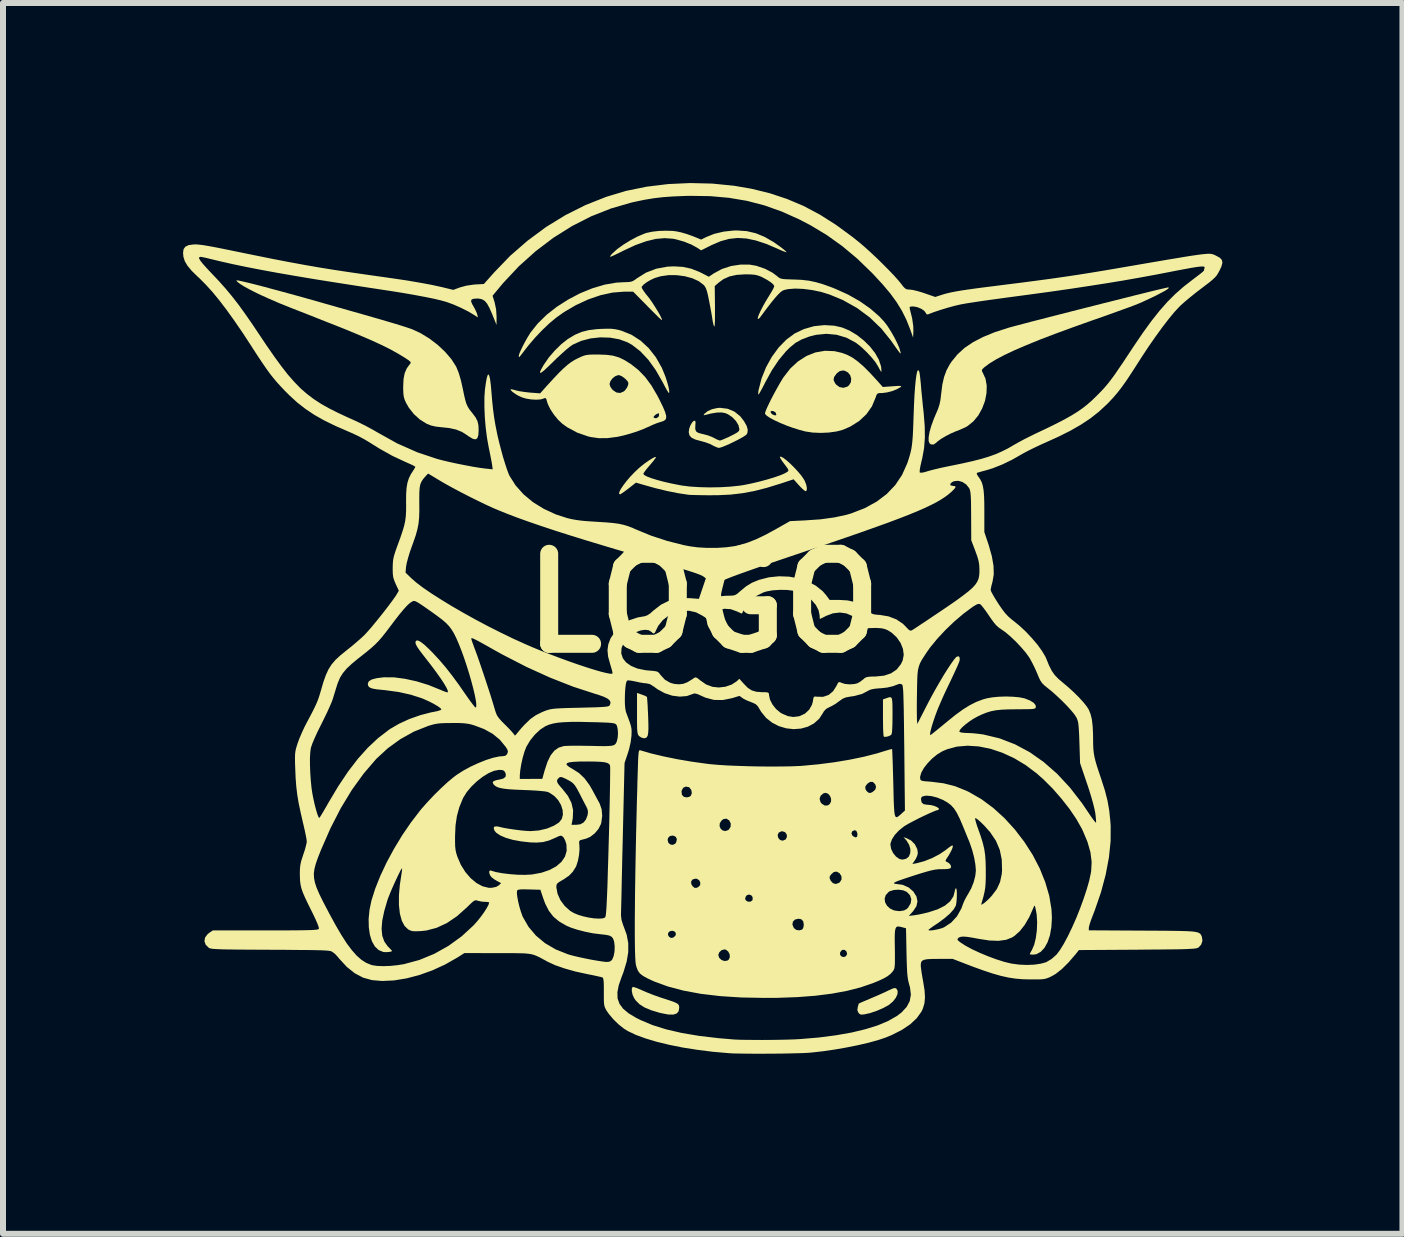
<source format=kicad_pcb>
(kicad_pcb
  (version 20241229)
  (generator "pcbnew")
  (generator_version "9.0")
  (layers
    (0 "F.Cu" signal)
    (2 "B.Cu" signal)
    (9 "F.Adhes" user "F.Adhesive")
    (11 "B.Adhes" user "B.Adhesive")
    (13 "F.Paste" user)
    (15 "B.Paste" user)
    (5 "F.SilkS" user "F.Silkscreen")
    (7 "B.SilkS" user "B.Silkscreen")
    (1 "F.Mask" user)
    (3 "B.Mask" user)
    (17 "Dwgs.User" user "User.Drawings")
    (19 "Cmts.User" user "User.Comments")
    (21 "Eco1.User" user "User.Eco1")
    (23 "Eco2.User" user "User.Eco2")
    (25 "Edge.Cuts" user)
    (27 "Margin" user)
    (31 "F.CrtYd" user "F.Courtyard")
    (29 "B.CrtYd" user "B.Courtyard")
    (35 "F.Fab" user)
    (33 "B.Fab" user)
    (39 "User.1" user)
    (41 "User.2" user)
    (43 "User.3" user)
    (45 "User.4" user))
  (footprint "LOGO"
    (layer "F.Cu")
    (at 8.672 6.999)
    (property "Reference" "LOGO" (at 0 0 0) (layer "F.SilkS") (effects (font (size 1.5 1.5) (thickness 0.3))))
    (attr board_only exclude_from_pos_files exclude_from_bom)
    (fp_poly (pts (xy 3.127 1.573) (xy 3.139 1.594) (xy 3.145 1.636) (xy 3.148 1.701) (xy 3.149 1.794) (xy 3.149 1.871) (xy 3.148 1.993) (xy 3.145 2.083) (xy 3.141 2.145) (xy 3.134 2.181) (xy 3.127 2.195) (xy 3.091 2.215) (xy 3.047 2.227) (xy 3.012 2.228) (xy 3.003 2.223) (xy 2.999 2.202) (xy 2.995 2.152) (xy 2.992 2.079) (xy 2.991 1.988) (xy 2.99 1.907) (xy 2.99 1.604) (xy 3.046 1.585) (xy 3.082 1.572) (xy 3.109 1.567)) (stroke (width 0) (type solid)) (fill yes) (layer "F.SilkS"))
    (fp_poly (pts (xy -1.029 1.524) (xy -0.981 1.542) (xy -0.949 1.558) (xy -0.943 1.563) (xy -0.94 1.583) (xy -0.936 1.633) (xy -0.931 1.706) (xy -0.927 1.796) (xy -0.923 1.875) (xy -0.919 2) (xy -0.918 2.095) (xy -0.922 2.163) (xy -0.93 2.208) (xy -0.945 2.235) (xy -0.967 2.248) (xy -0.994 2.252) (xy -1.039 2.239) (xy -1.073 2.216) (xy -1.085 2.202) (xy -1.094 2.183) (xy -1.1 2.155) (xy -1.105 2.113) (xy -1.107 2.051) (xy -1.108 1.964) (xy -1.108 1.848) (xy -1.108 1.839) (xy -1.108 1.497)) (stroke (width 0) (type solid)) (fill yes) (layer "F.SilkS"))
    (fp_poly (pts (xy -1.159 6.398) (xy -1.113 6.413) (xy -1.052 6.439) (xy -1.018 6.454) (xy -0.932 6.491) (xy -0.83 6.531) (xy -0.729 6.567) (xy -0.695 6.578) (xy -0.59 6.612) (xy -0.513 6.638) (xy -0.462 6.659) (xy -0.429 6.678) (xy -0.412 6.698) (xy -0.406 6.721) (xy -0.405 6.743) (xy -0.415 6.801) (xy -0.447 6.838) (xy -0.504 6.856) (xy -0.586 6.855) (xy -0.695 6.834) (xy -0.735 6.825) (xy -0.874 6.783) (xy -0.983 6.737) (xy -1.066 6.684) (xy -1.129 6.621) (xy -1.156 6.582) (xy -1.181 6.528) (xy -1.194 6.472) (xy -1.195 6.424) (xy -1.181 6.396) (xy -1.181 6.395)) (stroke (width 0) (type solid)) (fill yes) (layer "F.SilkS"))
    (fp_poly (pts (xy 3.206 6.418) (xy 3.212 6.422) (xy 3.235 6.461) (xy 3.232 6.515) (xy 3.205 6.575) (xy 3.158 6.636) (xy 3.094 6.691) (xy 3.087 6.696) (xy 2.998 6.745) (xy 2.89 6.792) (xy 2.778 6.83) (xy 2.68 6.852) (xy 2.631 6.857) (xy 2.602 6.848) (xy 2.581 6.825) (xy 2.563 6.783) (xy 2.57 6.731) (xy 2.581 6.693) (xy 2.586 6.673) (xy 2.586 6.673) (xy 2.601 6.666) (xy 2.642 6.647) (xy 2.704 6.621) (xy 2.779 6.589) (xy 2.784 6.587) (xy 2.873 6.549) (xy 2.962 6.51) (xy 3.038 6.475) (xy 3.084 6.453) (xy 3.144 6.425) (xy 3.182 6.414)) (stroke (width 0) (type solid)) (fill yes) (layer "F.SilkS"))
    (fp_poly (pts (xy 2.181 -4.622) (xy 2.307 -4.593) (xy 2.433 -4.54) (xy 2.557 -4.466) (xy 2.672 -4.375) (xy 2.775 -4.273) (xy 2.86 -4.164) (xy 2.922 -4.054) (xy 2.957 -3.947) (xy 2.961 -3.918) (xy 2.964 -3.876) (xy 2.963 -3.853) (xy 2.962 -3.852) (xy 2.951 -3.867) (xy 2.93 -3.903) (xy 2.911 -3.94) (xy 2.865 -4.014) (xy 2.797 -4.098) (xy 2.716 -4.185) (xy 2.63 -4.266) (xy 2.546 -4.333) (xy 2.529 -4.344) (xy 2.38 -4.423) (xy 2.218 -4.471) (xy 2.048 -4.487) (xy 1.875 -4.47) (xy 1.764 -4.442) (xy 1.637 -4.394) (xy 1.532 -4.336) (xy 1.436 -4.257) (xy 1.37 -4.191) (xy 1.252 -4.048) (xy 1.14 -3.881) (xy 1.032 -3.685) (xy 1.021 -3.663) (xy 0.984 -3.591) (xy 0.951 -3.531) (xy 0.928 -3.49) (xy 0.916 -3.475) (xy 0.911 -3.485) (xy 0.913 -3.52) (xy 0.917 -3.549) (xy 0.967 -3.743) (xy 1.042 -3.93) (xy 1.138 -4.103) (xy 1.252 -4.259) (xy 1.381 -4.391) (xy 1.521 -4.494) (xy 1.522 -4.494) (xy 1.675 -4.567) (xy 1.841 -4.614) (xy 2.013 -4.632)) (stroke (width 0) (type solid)) (fill yes) (layer "F.SilkS"))
    (fp_poly (pts (xy -1.535 -4.571) (xy -1.475 -4.564) (xy -1.415 -4.552) (xy -1.363 -4.537) (xy -1.2 -4.471) (xy -1.048 -4.373) (xy -0.912 -4.247) (xy -0.794 -4.096) (xy -0.695 -3.922) (xy -0.637 -3.78) (xy -0.607 -3.689) (xy -0.585 -3.609) (xy -0.573 -3.548) (xy -0.571 -3.51) (xy -0.577 -3.5) (xy -0.589 -3.515) (xy -0.614 -3.555) (xy -0.646 -3.614) (xy -0.681 -3.681) (xy -0.797 -3.884) (xy -0.921 -4.056) (xy -1.053 -4.196) (xy -1.191 -4.303) (xy -1.264 -4.344) (xy -1.401 -4.395) (xy -1.556 -4.423) (xy -1.72 -4.428) (xy -1.883 -4.41) (xy -2.039 -4.369) (xy -2.177 -4.307) (xy -2.181 -4.305) (xy -2.226 -4.273) (xy -2.289 -4.222) (xy -2.363 -4.156) (xy -2.443 -4.082) (xy -2.502 -4.024) (xy -2.591 -3.938) (xy -2.656 -3.877) (xy -2.7 -3.843) (xy -2.722 -3.835) (xy -2.724 -3.852) (xy -2.705 -3.895) (xy -2.666 -3.964) (xy -2.66 -3.973) (xy -2.578 -4.092) (xy -2.477 -4.209) (xy -2.368 -4.316) (xy -2.261 -4.4) (xy -2.256 -4.403) (xy -2.143 -4.471) (xy -2.032 -4.518) (xy -1.914 -4.548) (xy -1.777 -4.565) (xy -1.704 -4.569) (xy -1.608 -4.572)) (stroke (width 0) (type solid)) (fill yes) (layer "F.SilkS"))
    (fp_poly (pts (xy 0.719 -6.198) (xy 0.87 -6.163) (xy 1.018 -6.102) (xy 1.172 -6.013) (xy 1.281 -5.936) (xy 1.332 -5.896) (xy 1.368 -5.865) (xy 1.384 -5.848) (xy 1.384 -5.846) (xy 1.366 -5.85) (xy 1.324 -5.865) (xy 1.265 -5.89) (xy 1.238 -5.903) (xy 1.046 -5.985) (xy 0.873 -6.042) (xy 0.716 -6.075) (xy 0.569 -6.084) (xy 0.427 -6.069) (xy 0.286 -6.03) (xy 0.141 -5.968) (xy 0.128 -5.962) (xy -0.04 -5.878) (xy -0.104 -5.92) (xy -0.202 -5.974) (xy -0.322 -6.022) (xy -0.447 -6.058) (xy -0.507 -6.071) (xy -0.647 -6.081) (xy -0.796 -6.068) (xy -0.957 -6.029) (xy -1.135 -5.965) (xy -1.331 -5.874) (xy -1.336 -5.871) (xy -1.413 -5.833) (xy -1.48 -5.801) (xy -1.529 -5.779) (xy -1.554 -5.77) (xy -1.555 -5.77) (xy -1.555 -5.781) (xy -1.535 -5.808) (xy -1.52 -5.824) (xy -1.44 -5.897) (xy -1.336 -5.972) (xy -1.218 -6.045) (xy -1.097 -6.109) (xy -0.983 -6.157) (xy -0.951 -6.168) (xy -0.858 -6.188) (xy -0.745 -6.201) (xy -0.623 -6.205) (xy -0.508 -6.201) (xy -0.448 -6.193) (xy -0.369 -6.176) (xy -0.277 -6.149) (xy -0.19 -6.118) (xy -0.181 -6.115) (xy -0.039 -6.057) (xy 0.044 -6.099) (xy 0.18 -6.153) (xy 0.337 -6.19) (xy 0.504 -6.208) (xy 0.561 -6.209)) (stroke (width 0) (type solid)) (fill yes) (layer "F.SilkS"))
    (fp_poly (pts (xy 0.403 -3.238) (xy 0.515 -3.191) (xy 0.612 -3.113) (xy 0.677 -3.028) (xy 0.72 -2.95) (xy 0.737 -2.889) (xy 0.731 -2.836) (xy 0.721 -2.814) (xy 0.698 -2.794) (xy 0.651 -2.764) (xy 0.586 -2.728) (xy 0.511 -2.69) (xy 0.434 -2.653) (xy 0.361 -2.621) (xy 0.302 -2.598) (xy 0.262 -2.587) (xy 0.257 -2.586) (xy 0.22 -2.596) (xy 0.17 -2.618) (xy 0.15 -2.63) (xy 0.096 -2.656) (xy 0.023 -2.682) (xy -0.051 -2.702) (xy -0.141 -2.727) (xy -0.201 -2.757) (xy -0.234 -2.795) (xy -0.246 -2.845) (xy -0.246 -2.854) (xy -0.238 -2.908) (xy -0.217 -2.964) (xy -0.189 -3.011) (xy -0.16 -3.038) (xy -0.154 -3.039) (xy -0.139 -3.036) (xy -0.133 -3.013) (xy -0.136 -2.963) (xy -0.136 -2.96) (xy -0.138 -2.902) (xy -0.125 -2.863) (xy -0.092 -2.839) (xy -0.032 -2.821) (xy 0.000186 -2.814) (xy 0.073 -2.795) (xy 0.147 -2.766) (xy 0.172 -2.753) (xy 0.222 -2.727) (xy 0.261 -2.712) (xy 0.274 -2.709) (xy 0.299 -2.716) (xy 0.347 -2.736) (xy 0.411 -2.764) (xy 0.448 -2.782) (xy 0.519 -2.818) (xy 0.564 -2.845) (xy 0.589 -2.867) (xy 0.597 -2.888) (xy 0.598 -2.897) (xy 0.582 -2.965) (xy 0.54 -3.035) (xy 0.479 -3.098) (xy 0.407 -3.147) (xy 0.357 -3.167) (xy 0.297 -3.177) (xy 0.224 -3.175) (xy 0.131 -3.16) (xy 0.035 -3.137) (xy 0.005 -3.13) (xy 0.004 -3.14) (xy 0.018 -3.157) (xy 0.069 -3.198) (xy 0.142 -3.231) (xy 0.226 -3.25) (xy 0.274 -3.254)) (stroke (width 0) (type solid)) (fill yes) (layer "F.SilkS"))
    (fp_poly (pts (xy 2.182 -4.198) (xy 2.307 -4.169) (xy 2.396 -4.136) (xy 2.482 -4.09) (xy 2.57 -4.027) (xy 2.664 -3.946) (xy 2.769 -3.841) (xy 2.879 -3.722) (xy 2.987 -3.601) (xy 3.151 -3.613) (xy 3.227 -3.618) (xy 3.273 -3.619) (xy 3.293 -3.616) (xy 3.293 -3.608) (xy 3.282 -3.598) (xy 3.223 -3.564) (xy 3.145 -3.533) (xy 3.06 -3.511) (xy 2.984 -3.501) (xy 2.975 -3.5) (xy 2.924 -3.499) (xy 2.896 -3.489) (xy 2.88 -3.463) (xy 2.868 -3.426) (xy 2.806 -3.278) (xy 2.714 -3.147) (xy 2.593 -3.034) (xy 2.447 -2.942) (xy 2.325 -2.889) (xy 2.218 -2.86) (xy 2.089 -2.842) (xy 1.951 -2.836) (xy 1.815 -2.842) (xy 1.697 -2.86) (xy 1.595 -2.887) (xy 1.487 -2.921) (xy 1.379 -2.96) (xy 1.277 -3.002) (xy 1.185 -3.045) (xy 1.109 -3.085) (xy 1.054 -3.122) (xy 1.026 -3.152) (xy 1.024 -3.158) (xy 1.029 -3.18) (xy 1.119 -3.18) (xy 1.126 -3.166) (xy 1.147 -3.145) (xy 1.178 -3.131) (xy 1.205 -3.129) (xy 1.214 -3.138) (xy 1.199 -3.179) (xy 1.161 -3.2) (xy 1.15 -3.201) (xy 1.12 -3.198) (xy 1.119 -3.18) (xy 1.029 -3.18) (xy 1.03 -3.186) (xy 1.051 -3.239) (xy 1.084 -3.31) (xy 1.125 -3.394) (xy 1.172 -3.484) (xy 1.222 -3.575) (xy 1.271 -3.662) (xy 1.304 -3.717) (xy 2.167 -3.717) (xy 2.191 -3.666) (xy 2.209 -3.642) (xy 2.265 -3.6) (xy 2.329 -3.587) (xy 2.393 -3.605) (xy 2.422 -3.627) (xy 2.455 -3.679) (xy 2.461 -3.738) (xy 2.444 -3.797) (xy 2.406 -3.844) (xy 2.352 -3.872) (xy 2.322 -3.876) (xy 2.27 -3.866) (xy 2.224 -3.831) (xy 2.214 -3.82) (xy 2.175 -3.765) (xy 2.167 -3.717) (xy 1.304 -3.717) (xy 1.316 -3.737) (xy 1.33 -3.759) (xy 1.445 -3.908) (xy 1.575 -4.028) (xy 1.716 -4.118) (xy 1.865 -4.177) (xy 2.022 -4.204)) (stroke (width 0) (type solid)) (fill yes) (layer "F.SilkS"))
    (fp_poly (pts (xy 7.755 -5.257) (xy 7.749 -5.246) (xy 7.731 -5.231) (xy 7.691 -5.205) (xy 7.626 -5.17) (xy 7.544 -5.127) (xy 7.451 -5.082) (xy 7.354 -5.037) (xy 7.262 -4.996) (xy 7.235 -4.985) (xy 7.182 -4.964) (xy 7.101 -4.933) (xy 6.996 -4.895) (xy 6.873 -4.851) (xy 6.737 -4.802) (xy 6.593 -4.751) (xy 6.464 -4.706) (xy 6.142 -4.591) (xy 5.853 -4.485) (xy 5.597 -4.387) (xy 5.372 -4.295) (xy 5.177 -4.211) (xy 5.012 -4.133) (xy 4.875 -4.061) (xy 4.766 -3.994) (xy 4.683 -3.933) (xy 4.666 -3.918) (xy 4.64 -3.889) (xy 4.639 -3.865) (xy 4.651 -3.843) (xy 4.698 -3.741) (xy 4.719 -3.624) (xy 4.715 -3.498) (xy 4.69 -3.369) (xy 4.643 -3.244) (xy 4.579 -3.128) (xy 4.497 -3.029) (xy 4.401 -2.951) (xy 4.367 -2.931) (xy 4.323 -2.911) (xy 4.26 -2.884) (xy 4.198 -2.86) (xy 4.118 -2.825) (xy 4.035 -2.782) (xy 3.959 -2.737) (xy 3.9 -2.694) (xy 3.872 -2.668) (xy 3.832 -2.642) (xy 3.788 -2.645) (xy 3.768 -2.66) (xy 3.751 -2.699) (xy 3.751 -2.765) (xy 3.766 -2.852) (xy 3.796 -2.957) (xy 3.839 -3.074) (xy 3.871 -3.149) (xy 3.908 -3.236) (xy 3.932 -3.31) (xy 3.948 -3.386) (xy 3.959 -3.48) (xy 3.96 -3.488) (xy 3.979 -3.641) (xy 4.008 -3.767) (xy 4.048 -3.877) (xy 4.103 -3.979) (xy 4.134 -4.025) (xy 4.232 -4.145) (xy 4.349 -4.252) (xy 4.49 -4.347) (xy 4.657 -4.434) (xy 4.852 -4.514) (xy 5.079 -4.587) (xy 5.085 -4.589) (xy 5.14 -4.604) (xy 5.222 -4.626) (xy 5.329 -4.654) (xy 5.456 -4.688) (xy 5.602 -4.725) (xy 5.762 -4.767) (xy 5.933 -4.81) (xy 6.113 -4.856) (xy 6.297 -4.903) (xy 6.483 -4.95) (xy 6.668 -4.997) (xy 6.848 -5.042) (xy 7.02 -5.085) (xy 7.181 -5.126) (xy 7.327 -5.162) (xy 7.456 -5.194) (xy 7.564 -5.22) (xy 7.649 -5.24) (xy 7.706 -5.253) (xy 7.732 -5.259) (xy 7.733 -5.259)) (stroke (width 0) (type solid)) (fill yes) (layer "F.SilkS"))
    (fp_poly (pts (xy 1.295 -2.439) (xy 1.335 -2.416) (xy 1.388 -2.375) (xy 1.448 -2.321) (xy 1.511 -2.259) (xy 1.572 -2.193) (xy 1.626 -2.129) (xy 1.667 -2.07) (xy 1.686 -2.038) (xy 1.711 -1.974) (xy 1.722 -1.919) (xy 1.72 -1.88) (xy 1.702 -1.864) (xy 1.702 -1.864) (xy 1.68 -1.876) (xy 1.643 -1.908) (xy 1.598 -1.955) (xy 1.59 -1.963) (xy 1.501 -2.063) (xy 1.283 -1.991) (xy 1.055 -1.921) (xy 0.848 -1.868) (xy 0.649 -1.831) (xy 0.45 -1.808) (xy 0.24 -1.798) (xy 0.083 -1.797) (xy -0.018 -1.798) (xy -0.11 -1.8) (xy -0.186 -1.802) (xy -0.238 -1.804) (xy -0.255 -1.806) (xy -0.422 -1.831) (xy -0.607 -1.868) (xy -0.797 -1.914) (xy -0.884 -1.938) (xy -1.126 -2.007) (xy -1.251 -1.909) (xy -1.308 -1.866) (xy -1.355 -1.833) (xy -1.385 -1.814) (xy -1.391 -1.812) (xy -1.407 -1.823) (xy -1.401 -1.856) (xy -1.376 -1.904) (xy -1.335 -1.965) (xy -1.282 -2.034) (xy -1.22 -2.107) (xy -1.151 -2.179) (xy -1.079 -2.247) (xy -1.045 -2.276) (xy -0.978 -2.329) (xy -0.914 -2.374) (xy -0.858 -2.409) (xy -0.816 -2.431) (xy -0.794 -2.435) (xy -0.792 -2.431) (xy -0.803 -2.412) (xy -0.832 -2.373) (xy -0.874 -2.322) (xy -0.897 -2.295) (xy -0.944 -2.24) (xy -0.98 -2.193) (xy -1 -2.161) (xy -1.003 -2.153) (xy -0.986 -2.133) (xy -0.939 -2.108) (xy -0.867 -2.081) (xy -0.773 -2.052) (xy -0.662 -2.022) (xy -0.539 -1.994) (xy -0.408 -1.968) (xy -0.36 -1.959) (xy -0.225 -1.942) (xy -0.066 -1.932) (xy 0.107 -1.928) (xy 0.283 -1.931) (xy 0.451 -1.941) (xy 0.602 -1.957) (xy 0.668 -1.967) (xy 0.797 -1.993) (xy 0.928 -2.024) (xy 1.055 -2.058) (xy 1.172 -2.093) (xy 1.273 -2.128) (xy 1.351 -2.161) (xy 1.397 -2.187) (xy 1.412 -2.201) (xy 1.414 -2.217) (xy 1.401 -2.244) (xy 1.37 -2.287) (xy 1.345 -2.319) (xy 1.307 -2.371) (xy 1.281 -2.413) (xy 1.271 -2.437) (xy 1.272 -2.439)) (stroke (width 0) (type solid)) (fill yes) (layer "F.SilkS"))
    (fp_poly (pts (xy -7.755 -5.376) (xy -7.699 -5.364) (xy -7.612 -5.344) (xy -7.498 -5.316) (xy -7.358 -5.28) (xy -7.194 -5.236) (xy -7.009 -5.186) (xy -6.804 -5.13) (xy -6.582 -5.068) (xy -6.345 -5.001) (xy -6.332 -4.997) (xy -6.082 -4.926) (xy -5.863 -4.864) (xy -5.673 -4.81) (xy -5.509 -4.763) (xy -5.37 -4.723) (xy -5.252 -4.688) (xy -5.153 -4.659) (xy -5.071 -4.634) (xy -5.004 -4.613) (xy -4.948 -4.595) (xy -4.901 -4.579) (xy -4.861 -4.565) (xy -4.855 -4.563) (xy -4.711 -4.496) (xy -4.566 -4.407) (xy -4.428 -4.302) (xy -4.304 -4.185) (xy -4.2 -4.063) (xy -4.122 -3.941) (xy -4.117 -3.93) (xy -4.078 -3.834) (xy -4.042 -3.711) (xy -4.011 -3.572) (xy -3.989 -3.465) (xy -3.97 -3.385) (xy -3.952 -3.324) (xy -3.93 -3.276) (xy -3.904 -3.232) (xy -3.868 -3.186) (xy -3.85 -3.164) (xy -3.797 -3.093) (xy -3.765 -3.029) (xy -3.75 -2.959) (xy -3.747 -2.878) (xy -3.752 -2.797) (xy -3.769 -2.747) (xy -3.8 -2.728) (xy -3.847 -2.739) (xy -3.914 -2.779) (xy -3.938 -2.797) (xy -4.026 -2.853) (xy -4.123 -2.892) (xy -4.238 -2.917) (xy -4.362 -2.93) (xy -4.46 -2.941) (xy -4.539 -2.959) (xy -4.614 -2.989) (xy -4.619 -2.992) (xy -4.725 -3.058) (xy -4.826 -3.149) (xy -4.91 -3.256) (xy -4.957 -3.338) (xy -4.98 -3.39) (xy -4.994 -3.438) (xy -5.001 -3.491) (xy -5.004 -3.563) (xy -5.004 -3.615) (xy -4.998 -3.736) (xy -4.979 -3.832) (xy -4.944 -3.912) (xy -4.894 -3.98) (xy -4.882 -3.995) (xy -4.879 -4.009) (xy -4.888 -4.025) (xy -4.913 -4.046) (xy -4.958 -4.076) (xy -5.027 -4.119) (xy -5.092 -4.158) (xy -5.21 -4.224) (xy -5.36 -4.299) (xy -5.541 -4.382) (xy -5.753 -4.473) (xy -5.993 -4.572) (xy -6.139 -4.63) (xy -6.274 -4.683) (xy -6.428 -4.744) (xy -6.59 -4.808) (xy -6.746 -4.869) (xy -6.876 -4.92) (xy -7.072 -4.999) (xy -7.252 -5.077) (xy -7.413 -5.15) (xy -7.55 -5.219) (xy -7.66 -5.279) (xy -7.721 -5.318) (xy -7.761 -5.348) (xy -7.781 -5.37) (xy -7.781 -5.378)) (stroke (width 0) (type solid)) (fill yes) (layer "F.SilkS"))
    (fp_poly (pts (xy -1.617 -4.137) (xy -1.508 -4.123) (xy -1.412 -4.095) (xy -1.318 -4.05) (xy -1.215 -3.986) (xy -1.209 -3.982) (xy -1.085 -3.884) (xy -0.972 -3.767) (xy -0.868 -3.626) (xy -0.769 -3.457) (xy -0.729 -3.379) (xy -0.676 -3.27) (xy -0.641 -3.187) (xy -0.623 -3.126) (xy -0.622 -3.083) (xy -0.637 -3.054) (xy -0.669 -3.033) (xy -0.719 -3.017) (xy -0.723 -3.016) (xy -0.786 -2.995) (xy -0.857 -2.966) (xy -0.888 -2.951) (xy -1.001 -2.901) (xy -1.134 -2.851) (xy -1.273 -2.809) (xy -1.403 -2.777) (xy -1.438 -2.77) (xy -1.6 -2.749) (xy -1.744 -2.748) (xy -1.879 -2.767) (xy -1.928 -2.779) (xy -2.106 -2.841) (xy -2.271 -2.93) (xy -2.351 -2.987) (xy -2.423 -3.055) (xy -2.467 -3.109) (xy -0.83 -3.109) (xy -0.829 -3.088) (xy -0.798 -3.08) (xy -0.785 -3.082) (xy -0.751 -3.102) (xy -0.742 -3.127) (xy -0.741 -3.157) (xy -0.754 -3.163) (xy -0.788 -3.146) (xy -0.801 -3.138) (xy -0.83 -3.109) (xy -2.467 -3.109) (xy -2.492 -3.139) (xy -2.552 -3.23) (xy -2.594 -3.316) (xy -2.606 -3.353) (xy -2.619 -3.399) (xy -2.632 -3.417) (xy -2.651 -3.414) (xy -2.662 -3.409) (xy -2.714 -3.394) (xy -2.788 -3.389) (xy -2.873 -3.394) (xy -2.958 -3.408) (xy -3.025 -3.428) (xy -3.079 -3.452) (xy -3.132 -3.483) (xy -3.178 -3.516) (xy -3.208 -3.544) (xy -3.216 -3.562) (xy -3.215 -3.563) (xy -3.196 -3.562) (xy -3.155 -3.553) (xy -3.125 -3.544) (xy -3.068 -3.531) (xy -2.99 -3.519) (xy -2.905 -3.509) (xy -2.882 -3.507) (xy -2.722 -3.495) (xy -2.606 -3.625) (xy -2.583 -3.65) (xy -1.566 -3.65) (xy -1.551 -3.602) (xy -1.514 -3.552) (xy -1.453 -3.51) (xy -1.39 -3.501) (xy -1.33 -3.526) (xy -1.31 -3.543) (xy -1.276 -3.588) (xy -1.256 -3.634) (xy -1.252 -3.668) (xy -1.266 -3.698) (xy -1.302 -3.736) (xy -1.308 -3.741) (xy -1.36 -3.78) (xy -1.408 -3.799) (xy -1.417 -3.799) (xy -1.466 -3.784) (xy -1.515 -3.747) (xy -1.551 -3.698) (xy -1.566 -3.65) (xy -2.583 -3.65) (xy -2.498 -3.743) (xy -2.408 -3.838) (xy -2.332 -3.912) (xy -2.266 -3.97) (xy -2.205 -4.016) (xy -2.147 -4.052) (xy -2.098 -4.077) (xy -2.039 -4.105) (xy -1.993 -4.123) (xy -1.949 -4.134) (xy -1.898 -4.14) (xy -1.831 -4.142) (xy -1.75 -4.142)) (stroke (width 0) (type solid)) (fill yes) (layer "F.SilkS"))
    (fp_poly (pts (xy 0.767 -5.64) (xy 0.878 -5.621) (xy 1.024 -5.571) (xy 1.15 -5.505) (xy 1.221 -5.452) (xy 1.248 -5.429) (xy 1.272 -5.414) (xy 1.302 -5.404) (xy 1.344 -5.398) (xy 1.406 -5.395) (xy 1.495 -5.392) (xy 1.508 -5.392) (xy 1.639 -5.386) (xy 1.757 -5.372) (xy 1.871 -5.348) (xy 1.991 -5.313) (xy 2.127 -5.264) (xy 2.2 -5.235) (xy 2.41 -5.14) (xy 2.605 -5.029) (xy 2.779 -4.907) (xy 2.928 -4.778) (xy 3.009 -4.691) (xy 3.064 -4.619) (xy 3.121 -4.53) (xy 3.176 -4.434) (xy 3.224 -4.339) (xy 3.261 -4.255) (xy 3.279 -4.195) (xy 3.284 -4.173) (xy 3.284 -4.16) (xy 3.279 -4.16) (xy 3.265 -4.176) (xy 3.238 -4.212) (xy 3.197 -4.269) (xy 3.139 -4.352) (xy 3.133 -4.362) (xy 2.963 -4.574) (xy 2.77 -4.76) (xy 2.555 -4.919) (xy 2.317 -5.052) (xy 2.099 -5.142) (xy 1.959 -5.185) (xy 1.812 -5.216) (xy 1.666 -5.235) (xy 1.53 -5.241) (xy 1.412 -5.232) (xy 1.346 -5.218) (xy 1.316 -5.205) (xy 1.282 -5.18) (xy 1.241 -5.14) (xy 1.19 -5.083) (xy 1.128 -5.007) (xy 1.051 -4.907) (xy 0.957 -4.781) (xy 0.941 -4.759) (xy 0.918 -4.737) (xy 0.904 -4.736) (xy 0.905 -4.758) (xy 0.921 -4.804) (xy 0.95 -4.868) (xy 0.989 -4.944) (xy 1.035 -5.026) (xy 1.085 -5.108) (xy 1.089 -5.114) (xy 1.128 -5.178) (xy 1.159 -5.233) (xy 1.176 -5.271) (xy 1.179 -5.281) (xy 1.163 -5.309) (xy 1.121 -5.346) (xy 1.058 -5.387) (xy 0.98 -5.429) (xy 0.959 -5.439) (xy 0.909 -5.458) (xy 0.859 -5.47) (xy 0.798 -5.476) (xy 0.714 -5.478) (xy 0.695 -5.478) (xy 0.551 -5.469) (xy 0.433 -5.443) (xy 0.332 -5.398) (xy 0.254 -5.341) (xy 0.187 -5.283) (xy 0.191 -4.932) (xy 0.191 -4.801) (xy 0.19 -4.703) (xy 0.187 -4.638) (xy 0.182 -4.608) (xy 0.178 -4.608) (xy 0.166 -4.639) (xy 0.154 -4.691) (xy 0.149 -4.722) (xy 0.141 -4.775) (xy 0.128 -4.851) (xy 0.111 -4.941) (xy 0.094 -5.031) (xy 0.074 -5.128) (xy 0.057 -5.197) (xy 0.04 -5.245) (xy 0.021 -5.279) (xy 0.004 -5.3) (xy -0.078 -5.363) (xy -0.185 -5.412) (xy -0.31 -5.446) (xy -0.445 -5.464) (xy -0.581 -5.465) (xy -0.713 -5.446) (xy -0.812 -5.417) (xy -0.885 -5.383) (xy -0.952 -5.343) (xy -1.003 -5.303) (xy -1.031 -5.269) (xy -1.032 -5.268) (xy -1.025 -5.245) (xy -0.999 -5.203) (xy -0.96 -5.149) (xy -0.935 -5.119) (xy -0.896 -5.069) (xy -0.852 -5.006) (xy -0.808 -4.937) (xy -0.766 -4.869) (xy -0.73 -4.806) (xy -0.704 -4.755) (xy -0.692 -4.723) (xy -0.694 -4.714) (xy -0.709 -4.726) (xy -0.745 -4.759) (xy -0.797 -4.81) (xy -0.861 -4.874) (xy -0.935 -4.948) (xy -0.938 -4.952) (xy -1.172 -5.189) (xy -1.329 -5.189) (xy -1.517 -5.174) (xy -1.717 -5.13) (xy -1.921 -5.06) (xy -2.125 -4.966) (xy -2.323 -4.85) (xy -2.455 -4.756) (xy -2.566 -4.664) (xy -2.686 -4.55) (xy -2.804 -4.426) (xy -2.912 -4.3) (xy -2.963 -4.235) (xy -3.007 -4.177) (xy -3.043 -4.131) (xy -3.066 -4.103) (xy -3.072 -4.098) (xy -3.078 -4.113) (xy -3.078 -4.121) (xy -3.07 -4.153) (xy -3.047 -4.208) (xy -3.014 -4.277) (xy -2.974 -4.353) (xy -2.932 -4.428) (xy -2.891 -4.494) (xy -2.883 -4.507) (xy -2.762 -4.659) (xy -2.614 -4.804) (xy -2.443 -4.938) (xy -2.255 -5.058) (xy -2.057 -5.162) (xy -1.853 -5.245) (xy -1.649 -5.306) (xy -1.452 -5.34) (xy -1.326 -5.347) (xy -1.256 -5.349) (xy -1.208 -5.355) (xy -1.171 -5.369) (xy -1.13 -5.396) (xy -1.114 -5.409) (xy -0.957 -5.507) (xy -0.787 -5.572) (xy -0.603 -5.606) (xy -0.493 -5.611) (xy -0.344 -5.602) (xy -0.209 -5.573) (xy -0.075 -5.521) (xy -0.03 -5.499) (xy 0.089 -5.438) (xy 0.175 -5.496) (xy 0.307 -5.567) (xy 0.457 -5.616) (xy 0.613 -5.64)) (stroke (width 0) (type solid)) (fill yes) (layer "F.SilkS"))
    (fp_poly (pts (xy 0.146 -6.99) (xy 0.509 -6.954) (xy 0.8 -6.904) (xy 1.104 -6.829) (xy 1.391 -6.734) (xy 1.668 -6.617) (xy 1.939 -6.473) (xy 2.208 -6.302) (xy 2.482 -6.101) (xy 2.586 -6.018) (xy 2.678 -5.94) (xy 2.779 -5.849) (xy 2.886 -5.749) (xy 2.991 -5.646) (xy 3.09 -5.546) (xy 3.178 -5.454) (xy 3.248 -5.375) (xy 3.289 -5.325) (xy 3.33 -5.272) (xy 3.36 -5.242) (xy 3.388 -5.228) (xy 3.424 -5.224) (xy 3.437 -5.224) (xy 3.484 -5.218) (xy 3.554 -5.202) (xy 3.634 -5.179) (xy 3.685 -5.162) (xy 3.861 -5.101) (xy 3.966 -5.135) (xy 4.017 -5.151) (xy 4.071 -5.165) (xy 4.133 -5.179) (xy 4.206 -5.193) (xy 4.294 -5.208) (xy 4.4 -5.224) (xy 4.528 -5.242) (xy 4.681 -5.262) (xy 4.864 -5.285) (xy 5.004 -5.303) (xy 5.292 -5.339) (xy 5.552 -5.373) (xy 5.79 -5.405) (xy 6.013 -5.437) (xy 6.228 -5.469) (xy 6.442 -5.503) (xy 6.662 -5.539) (xy 6.843 -5.57) (xy 7.112 -5.616) (xy 7.349 -5.657) (xy 7.556 -5.692) (xy 7.735 -5.723) (xy 7.888 -5.748) (xy 8.018 -5.77) (xy 8.126 -5.787) (xy 8.216 -5.8) (xy 8.288 -5.81) (xy 8.346 -5.816) (xy 8.391 -5.82) (xy 8.426 -5.821) (xy 8.453 -5.819) (xy 8.475 -5.815) (xy 8.493 -5.81) (xy 8.51 -5.803) (xy 8.527 -5.795) (xy 8.537 -5.79) (xy 8.601 -5.756) (xy 8.637 -5.718) (xy 8.646 -5.671) (xy 8.629 -5.608) (xy 8.6 -5.545) (xy 8.576 -5.501) (xy 8.553 -5.463) (xy 8.524 -5.429) (xy 8.485 -5.392) (xy 8.432 -5.347) (xy 8.358 -5.291) (xy 8.294 -5.242) (xy 8.201 -5.171) (xy 8.108 -5.096) (xy 8.022 -5.024) (xy 7.952 -4.962) (xy 7.924 -4.934) (xy 7.845 -4.849) (xy 7.752 -4.736) (xy 7.648 -4.601) (xy 7.536 -4.447) (xy 7.419 -4.279) (xy 7.3 -4.099) (xy 7.221 -3.975) (xy 7.124 -3.825) (xy 7.041 -3.7) (xy 6.966 -3.595) (xy 6.896 -3.505) (xy 6.826 -3.423) (xy 6.752 -3.344) (xy 6.718 -3.31) (xy 6.586 -3.188) (xy 6.445 -3.077) (xy 6.288 -2.973) (xy 6.112 -2.872) (xy 5.91 -2.771) (xy 5.733 -2.691) (xy 5.624 -2.642) (xy 5.518 -2.592) (xy 5.42 -2.544) (xy 5.34 -2.502) (xy 5.291 -2.474) (xy 5.138 -2.387) (xy 4.978 -2.31) (xy 4.822 -2.248) (xy 4.723 -2.217) (xy 4.655 -2.199) (xy 4.599 -2.183) (xy 4.564 -2.173) (xy 4.559 -2.172) (xy 4.551 -2.158) (xy 4.566 -2.126) (xy 4.583 -2.103) (xy 4.613 -2.058) (xy 4.637 -2.01) (xy 4.654 -1.953) (xy 4.666 -1.883) (xy 4.674 -1.794) (xy 4.678 -1.681) (xy 4.679 -1.538) (xy 4.679 -1.53) (xy 4.679 -1.184) (xy 4.752 -0.966) (xy 4.804 -0.782) (xy 4.832 -0.621) (xy 4.836 -0.479) (xy 4.815 -0.354) (xy 4.813 -0.348) (xy 4.797 -0.289) (xy 4.787 -0.239) (xy 4.785 -0.217) (xy 4.794 -0.191) (xy 4.82 -0.142) (xy 4.858 -0.077) (xy 4.904 -0.004) (xy 4.912 0.009) (xy 4.975 0.101) (xy 5.028 0.17) (xy 5.079 0.224) (xy 5.133 0.271) (xy 5.154 0.287) (xy 5.261 0.374) (xy 5.369 0.474) (xy 5.471 0.583) (xy 5.564 0.692) (xy 5.64 0.798) (xy 5.696 0.892) (xy 5.714 0.933) (xy 5.759 1.043) (xy 5.803 1.129) (xy 5.853 1.2) (xy 5.915 1.264) (xy 5.985 1.323) (xy 6.076 1.4) (xy 6.167 1.483) (xy 6.253 1.568) (xy 6.327 1.649) (xy 6.384 1.72) (xy 6.417 1.771) (xy 6.448 1.846) (xy 6.47 1.933) (xy 6.483 2.04) (xy 6.49 2.172) (xy 6.491 2.257) (xy 6.492 2.348) (xy 6.495 2.425) (xy 6.502 2.494) (xy 6.514 2.563) (xy 6.532 2.638) (xy 6.559 2.728) (xy 6.595 2.837) (xy 6.629 2.938) (xy 6.688 3.122) (xy 6.731 3.29) (xy 6.76 3.455) (xy 6.778 3.628) (xy 6.784 3.711) (xy 6.783 3.966) (xy 6.755 4.238) (xy 6.701 4.524) (xy 6.622 4.82) (xy 6.518 5.122) (xy 6.482 5.214) (xy 6.455 5.286) (xy 6.434 5.35) (xy 6.422 5.396) (xy 6.42 5.409) (xy 6.42 5.452) (xy 7.313 5.457) (xy 7.52 5.458) (xy 7.694 5.459) (xy 7.839 5.461) (xy 7.957 5.463) (xy 8.052 5.466) (xy 8.126 5.47) (xy 8.182 5.476) (xy 8.223 5.484) (xy 8.252 5.494) (xy 8.272 5.506) (xy 8.285 5.521) (xy 8.295 5.54) (xy 8.304 5.561) (xy 8.304 5.561) (xy 8.313 5.627) (xy 8.292 5.69) (xy 8.249 5.737) (xy 8.237 5.743) (xy 8.221 5.749) (xy 8.197 5.754) (xy 8.163 5.758) (xy 8.116 5.761) (xy 8.053 5.764) (xy 7.971 5.767) (xy 7.867 5.769) (xy 7.739 5.77) (xy 7.584 5.772) (xy 7.398 5.773) (xy 7.23 5.775) (xy 6.255 5.781) (xy 6.201 5.849) (xy 6.083 5.986) (xy 5.971 6.097) (xy 5.867 6.179) (xy 5.806 6.214) (xy 5.759 6.237) (xy 5.72 6.252) (xy 5.681 6.262) (xy 5.634 6.268) (xy 5.571 6.27) (xy 5.483 6.27) (xy 5.444 6.27) (xy 5.319 6.267) (xy 5.2 6.257) (xy 5.08 6.239) (xy 4.955 6.211) (xy 4.818 6.172) (xy 4.664 6.121) (xy 4.487 6.057) (xy 4.385 6.018) (xy 4.152 5.928) (xy 3.918 5.928) (xy 3.808 5.929) (xy 3.728 5.933) (xy 3.675 5.943) (xy 3.642 5.96) (xy 3.625 5.985) (xy 3.62 6.022) (xy 3.62 6.047) (xy 3.625 6.094) (xy 3.635 6.164) (xy 3.649 6.248) (xy 3.66 6.308) (xy 3.683 6.451) (xy 3.69 6.569) (xy 3.681 6.668) (xy 3.655 6.756) (xy 3.631 6.807) (xy 3.553 6.916) (xy 3.444 7.018) (xy 3.304 7.112) (xy 3.136 7.197) (xy 3.031 7.24) (xy 2.902 7.283) (xy 2.745 7.326) (xy 2.568 7.367) (xy 2.378 7.405) (xy 2.182 7.439) (xy 1.989 7.467) (xy 1.804 7.488) (xy 1.742 7.493) (xy 1.668 7.497) (xy 1.566 7.5) (xy 1.441 7.503) (xy 1.301 7.506) (xy 1.152 7.507) (xy 1 7.508) (xy 0.852 7.508) (xy 0.714 7.507) (xy 0.591 7.505) (xy 0.492 7.503) (xy 0.422 7.499) (xy 0.158 7.476) (xy -0.097 7.444) (xy -0.341 7.406) (xy -0.57 7.36) (xy -0.78 7.309) (xy -0.967 7.253) (xy -1.128 7.194) (xy -1.26 7.131) (xy -1.325 7.091) (xy -1.412 7.022) (xy -1.499 6.938) (xy -1.573 6.851) (xy -1.616 6.79) (xy -1.635 6.755) (xy -1.648 6.724) (xy -1.656 6.687) (xy -1.66 6.637) (xy -1.661 6.567) (xy -1.661 6.485) (xy -1.435 6.485) (xy -1.432 6.587) (xy -1.4 6.677) (xy -1.34 6.758) (xy -1.248 6.835) (xy -1.123 6.91) (xy -1.047 6.948) (xy -0.85 7.031) (xy -0.623 7.102) (xy -0.364 7.162) (xy -0.073 7.211) (xy 0.25 7.249) (xy 0.51 7.271) (xy 0.592 7.275) (xy 0.701 7.277) (xy 0.83 7.278) (xy 0.972 7.279) (xy 1.12 7.278) (xy 1.265 7.276) (xy 1.4 7.273) (xy 1.519 7.269) (xy 1.609 7.264) (xy 1.92 7.238) (xy 2.206 7.201) (xy 2.467 7.155) (xy 2.7 7.099) (xy 2.905 7.035) (xy 3.079 6.961) (xy 3.221 6.88) (xy 3.3 6.82) (xy 3.385 6.728) (xy 3.436 6.631) (xy 3.455 6.525) (xy 3.441 6.407) (xy 3.428 6.359) (xy 3.416 6.314) (xy 3.406 6.267) (xy 3.399 6.214) (xy 3.393 6.147) (xy 3.389 6.062) (xy 3.385 5.952) (xy 3.382 5.827) (xy 3.374 5.418) (xy 3.304 5.399) (xy 3.264 5.39) (xy 3.234 5.388) (xy 3.213 5.398) (xy 3.199 5.423) (xy 3.19 5.468) (xy 3.186 5.536) (xy 3.186 5.632) (xy 3.188 5.753) (xy 3.189 5.869) (xy 3.189 5.956) (xy 3.188 6.018) (xy 3.184 6.061) (xy 3.178 6.091) (xy 3.169 6.113) (xy 3.156 6.132) (xy 3.156 6.133) (xy 3.117 6.177) (xy 3.066 6.217) (xy 2.998 6.256) (xy 2.906 6.298) (xy 2.823 6.332) (xy 2.616 6.403) (xy 2.389 6.461) (xy 2.14 6.507) (xy 1.865 6.542) (xy 1.564 6.565) (xy 1.232 6.577) (xy 1.013 6.578) (xy 0.629 6.571) (xy 0.275 6.548) (xy -0.046 6.51) (xy -0.337 6.456) (xy -0.596 6.387) (xy -0.825 6.303) (xy -0.929 6.255) (xy -1.007 6.212) (xy -1.059 6.172) (xy -1.093 6.125) (xy -1.117 6.064) (xy -1.127 6.025) (xy -1.133 5.979) (xy -1.138 5.9) (xy -1.139 5.863) (xy 0.246 5.863) (xy 0.261 5.91) (xy 0.298 5.945) (xy 0.346 5.963) (xy 0.393 5.958) (xy 0.419 5.942) (xy 0.439 5.9) (xy 0.435 5.856) (xy 2.274 5.856) (xy 2.296 5.886) (xy 2.335 5.898) (xy 2.372 5.884) (xy 2.391 5.851) (xy 2.392 5.841) (xy 2.38 5.801) (xy 2.349 5.777) (xy 2.313 5.778) (xy 2.307 5.781) (xy 2.277 5.816) (xy 2.274 5.856) (xy 0.435 5.856) (xy 0.435 5.85) (xy 0.411 5.805) (xy 0.373 5.775) (xy 0.346 5.77) (xy 0.299 5.784) (xy 0.262 5.819) (xy 0.246 5.863) (xy 0.246 5.863) (xy -1.139 5.863) (xy -1.142 5.789) (xy -1.144 5.649) (xy -1.145 5.527) (xy -0.593 5.527) (xy -0.574 5.56) (xy -0.541 5.579) (xy -0.507 5.574) (xy -0.475 5.548) (xy -0.463 5.531) (xy -0.463 5.494) (xy -0.486 5.469) (xy -0.522 5.459) (xy -0.56 5.467) (xy -0.587 5.491) (xy -0.593 5.527) (xy -1.145 5.527) (xy -1.145 5.48) (xy -1.145 5.357) (xy 1.481 5.357) (xy 1.505 5.413) (xy 1.505 5.414) (xy 1.544 5.444) (xy 1.594 5.453) (xy 1.64 5.44) (xy 1.65 5.432) (xy 1.665 5.4) (xy 1.671 5.356) (xy 1.66 5.299) (xy 1.627 5.267) (xy 1.581 5.259) (xy 1.523 5.273) (xy 1.489 5.308) (xy 1.481 5.357) (xy -1.145 5.357) (xy -1.145 5.285) (xy -1.143 5.066) (xy -1.142 4.929) (xy 0.693 4.929) (xy 0.705 4.953) (xy 0.74 4.975) (xy 0.781 4.975) (xy 0.812 4.954) (xy 0.818 4.942) (xy 0.818 4.925) (xy 3.018 4.925) (xy 3.026 4.986) (xy 3.057 5.042) (xy 3.108 5.089) (xy 3.176 5.121) (xy 3.256 5.132) (xy 3.28 5.131) (xy 3.343 5.12) (xy 3.387 5.096) (xy 3.407 5.076) (xy 3.451 5.004) (xy 3.462 4.933) (xy 3.44 4.867) (xy 3.389 4.813) (xy 3.329 4.786) (xy 3.252 4.775) (xy 3.172 4.78) (xy 3.103 4.801) (xy 3.084 4.813) (xy 3.036 4.866) (xy 3.018 4.925) (xy 0.818 4.925) (xy 0.818 4.899) (xy 0.796 4.869) (xy 0.761 4.856) (xy 0.724 4.866) (xy 0.703 4.891) (xy 0.693 4.929) (xy -1.142 4.929) (xy -1.141 4.824) (xy -1.138 4.637) (xy -0.206 4.637) (xy -0.204 4.681) (xy -0.182 4.717) (xy -0.15 4.744) (xy -0.118 4.745) (xy -0.087 4.731) (xy -0.057 4.7) (xy -0.053 4.659) (xy -0.07 4.621) (xy -0.106 4.595) (xy -0.132 4.591) (xy -0.181 4.604) (xy -0.206 4.637) (xy -1.138 4.637) (xy -1.137 4.584) (xy 2.101 4.584) (xy 2.118 4.623) (xy 2.118 4.624) (xy 2.157 4.667) (xy 2.207 4.68) (xy 2.259 4.66) (xy 2.272 4.65) (xy 2.3 4.604) (xy 2.298 4.55) (xy 2.268 4.502) (xy 2.221 4.474) (xy 2.172 4.48) (xy 2.126 4.52) (xy 2.124 4.523) (xy 2.102 4.556) (xy 2.101 4.584) (xy -1.137 4.584) (xy -1.137 4.562) (xy -1.132 4.28) (xy -1.126 3.981) (xy -1.125 3.948) (xy -0.598 3.948) (xy -0.585 3.995) (xy -0.552 4.022) (xy -0.511 4.028) (xy -0.503 4.024) (xy 3.114 4.024) (xy 3.126 4.096) (xy 3.16 4.166) (xy 3.208 4.224) (xy 3.264 4.263) (xy 3.313 4.274) (xy 3.376 4.26) (xy 3.421 4.223) (xy 3.444 4.167) (xy 3.447 4.1) (xy 3.426 4.027) (xy 3.382 3.955) (xy 3.371 3.942) (xy 3.333 3.901) (xy 3.377 3.914) (xy 3.458 3.955) (xy 3.521 4.018) (xy 3.561 4.097) (xy 3.571 4.163) (xy 3.561 4.209) (xy 3.536 4.263) (xy 3.525 4.28) (xy 3.48 4.347) (xy 3.547 4.335) (xy 3.675 4.301) (xy 3.808 4.249) (xy 3.934 4.183) (xy 4.04 4.111) (xy 4.054 4.099) (xy 4.1 4.063) (xy 4.136 4.041) (xy 4.152 4.038) (xy 4.154 4.058) (xy 4.141 4.099) (xy 4.114 4.153) (xy 4.08 4.212) (xy 4.057 4.246) (xy 4.034 4.284) (xy 4.037 4.303) (xy 4.041 4.305) (xy 4.087 4.33) (xy 4.118 4.365) (xy 4.125 4.399) (xy 4.124 4.402) (xy 4.112 4.418) (xy 4.087 4.427) (xy 4.04 4.432) (xy 3.978 4.433) (xy 3.916 4.434) (xy 3.856 4.441) (xy 3.789 4.455) (xy 3.707 4.477) (xy 3.601 4.509) (xy 3.588 4.513) (xy 3.456 4.555) (xy 3.355 4.589) (xy 3.279 4.615) (xy 3.227 4.634) (xy 3.194 4.649) (xy 3.177 4.66) (xy 3.173 4.664) (xy 3.181 4.675) (xy 3.21 4.679) (xy 3.319 4.694) (xy 3.416 4.737) (xy 3.495 4.804) (xy 3.548 4.888) (xy 3.565 4.969) (xy 3.548 5.049) (xy 3.495 5.13) (xy 3.486 5.14) (xy 3.421 5.212) (xy 3.518 5.2) (xy 3.585 5.189) (xy 3.668 5.171) (xy 3.747 5.152) (xy 3.901 5.102) (xy 4.022 5.041) (xy 4.109 4.969) (xy 4.163 4.888) (xy 4.181 4.822) (xy 4.191 4.777) (xy 4.202 4.752) (xy 4.206 4.749) (xy 4.215 4.765) (xy 4.22 4.806) (xy 4.221 4.863) (xy 4.219 4.926) (xy 4.214 4.986) (xy 4.206 5.032) (xy 4.203 5.043) (xy 4.167 5.104) (xy 4.104 5.175) (xy 4.017 5.25) (xy 3.913 5.327) (xy 3.892 5.341) (xy 3.83 5.382) (xy 3.782 5.417) (xy 3.752 5.44) (xy 3.747 5.447) (xy 3.762 5.454) (xy 3.802 5.453) (xy 3.856 5.445) (xy 3.916 5.432) (xy 3.972 5.416) (xy 4.009 5.401) (xy 4.127 5.323) (xy 4.222 5.22) (xy 4.295 5.091) (xy 4.327 5.004) (xy 4.351 4.949) (xy 4.386 4.884) (xy 4.409 4.846) (xy 4.46 4.754) (xy 4.502 4.648) (xy 4.529 4.541) (xy 4.538 4.456) (xy 4.53 4.357) (xy 4.509 4.238) (xy 4.476 4.112) (xy 4.435 3.992) (xy 4.425 3.967) (xy 4.39 3.883) (xy 4.354 3.794) (xy 4.323 3.718) (xy 4.32 3.711) (xy 4.268 3.589) (xy 4.265 3.584) (xy 4.526 3.584) (xy 4.528 3.609) (xy 4.541 3.658) (xy 4.561 3.722) (xy 4.572 3.751) (xy 4.619 3.884) (xy 4.653 3.995) (xy 4.677 4.094) (xy 4.692 4.193) (xy 4.7 4.301) (xy 4.703 4.428) (xy 4.703 4.459) (xy 4.703 4.575) (xy 4.7 4.666) (xy 4.694 4.742) (xy 4.682 4.813) (xy 4.664 4.89) (xy 4.638 4.981) (xy 4.632 5.003) (xy 4.628 5.023) (xy 4.638 5.023) (xy 4.668 5.003) (xy 4.676 4.998) (xy 4.717 4.963) (xy 4.768 4.914) (xy 4.803 4.876) (xy 4.887 4.765) (xy 4.941 4.647) (xy 4.969 4.515) (xy 4.974 4.45) (xy 4.969 4.273) (xy 4.936 4.111) (xy 4.872 3.96) (xy 4.775 3.816) (xy 4.675 3.704) (xy 4.616 3.646) (xy 4.568 3.605) (xy 4.537 3.584) (xy 4.526 3.584) (xy 4.265 3.584) (xy 4.221 3.495) (xy 4.174 3.422) (xy 4.123 3.366) (xy 4.063 3.321) (xy 3.99 3.279) (xy 3.984 3.277) (xy 3.893 3.24) (xy 3.8 3.216) (xy 3.718 3.208) (xy 3.684 3.212) (xy 3.642 3.224) (xy 3.626 3.246) (xy 3.624 3.27) (xy 3.634 3.321) (xy 3.667 3.35) (xy 3.728 3.36) (xy 3.733 3.36) (xy 3.789 3.365) (xy 3.846 3.38) (xy 3.893 3.4) (xy 3.92 3.421) (xy 3.923 3.429) (xy 3.911 3.447) (xy 3.906 3.448) (xy 3.876 3.455) (xy 3.822 3.477) (xy 3.751 3.508) (xy 3.668 3.547) (xy 3.581 3.589) (xy 3.496 3.633) (xy 3.42 3.673) (xy 3.36 3.708) (xy 3.337 3.723) (xy 3.255 3.789) (xy 3.187 3.862) (xy 3.139 3.937) (xy 3.115 4.005) (xy 3.114 4.024) (xy -0.503 4.024) (xy -0.473 4.01) (xy -0.454 3.983) (xy -0.444 3.931) (xy -0.465 3.892) (xy -0.508 3.873) (xy -0.558 3.88) (xy -0.591 3.913) (xy -0.598 3.948) (xy -1.125 3.948) (xy -1.124 3.863) (xy 1.235 3.863) (xy 1.245 3.912) (xy 1.277 3.948) (xy 1.322 3.958) (xy 1.365 3.94) (xy 1.369 3.937) (xy 1.39 3.895) (xy 1.385 3.851) (xy 1.374 3.837) (xy 2.465 3.837) (xy 2.48 3.873) (xy 2.49 3.882) (xy 2.528 3.903) (xy 2.552 3.897) (xy 2.56 3.886) (xy 2.565 3.856) (xy 2.56 3.824) (xy 2.543 3.791) (xy 2.511 3.785) (xy 2.511 3.785) (xy 2.476 3.804) (xy 2.465 3.837) (xy 1.374 3.837) (xy 1.358 3.816) (xy 1.314 3.802) (xy 1.3 3.802) (xy 1.254 3.823) (xy 1.235 3.863) (xy -1.124 3.863) (xy -1.12 3.718) (xy 0.268 3.718) (xy 0.286 3.76) (xy 0.321 3.789) (xy 0.364 3.798) (xy 0.412 3.781) (xy 0.425 3.77) (xy 0.452 3.724) (xy 0.453 3.669) (xy 0.428 3.621) (xy 0.384 3.592) (xy 0.335 3.597) (xy 0.299 3.624) (xy 0.27 3.671) (xy 0.268 3.718) (xy -1.12 3.718) (xy -1.119 3.666) (xy -1.111 3.338) (xy -1.109 3.261) (xy 1.934 3.261) (xy 1.949 3.315) (xy 1.97 3.342) (xy 2.019 3.373) (xy 2.069 3.371) (xy 2.101 3.35) (xy 2.125 3.307) (xy 2.125 3.258) (xy 2.107 3.212) (xy 2.076 3.177) (xy 2.036 3.161) (xy 1.999 3.169) (xy 1.951 3.21) (xy 1.934 3.261) (xy -1.109 3.261) (xy -1.105 3.138) (xy -0.366 3.138) (xy -0.36 3.194) (xy -0.327 3.228) (xy -0.281 3.237) (xy -0.238 3.228) (xy -0.212 3.211) (xy -0.195 3.167) (xy -0.203 3.116) (xy -0.232 3.075) (xy -0.246 3.066) (xy -0.297 3.057) (xy -0.339 3.078) (xy -0.364 3.124) (xy -0.366 3.138) (xy -1.105 3.138) (xy -1.103 3.055) (xy 2.696 3.055) (xy 2.698 3.1) (xy 2.72 3.134) (xy 2.753 3.161) (xy 2.785 3.162) (xy 2.815 3.148) (xy 2.861 3.109) (xy 2.875 3.062) (xy 2.859 3.016) (xy 2.821 2.98) (xy 2.777 2.978) (xy 2.73 3.009) (xy 2.696 3.055) (xy -1.103 3.055) (xy -1.102 2.997) (xy -1.097 2.844) (xy -1.093 2.715) (xy -1.09 2.618) (xy -1.086 2.547) (xy -1.082 2.499) (xy -1.077 2.47) (xy -1.071 2.455) (xy -1.062 2.451) (xy -1.051 2.453) (xy -1.048 2.454) (xy -0.869 2.506) (xy -0.662 2.555) (xy -0.437 2.601) (xy -0.203 2.641) (xy 0.033 2.674) (xy 0.115 2.684) (xy 0.242 2.695) (xy 0.395 2.705) (xy 0.569 2.712) (xy 0.756 2.718) (xy 0.947 2.722) (xy 1.137 2.723) (xy 1.316 2.722) (xy 1.478 2.719) (xy 1.615 2.713) (xy 1.645 2.711) (xy 1.912 2.686) (xy 2.178 2.652) (xy 2.435 2.609) (xy 2.676 2.559) (xy 2.894 2.503) (xy 3.026 2.462) (xy 3.083 2.445) (xy 3.124 2.434) (xy 3.142 2.432) (xy 3.144 2.451) (xy 3.146 2.5) (xy 3.149 2.576) (xy 3.153 2.675) (xy 3.156 2.792) (xy 3.16 2.923) (xy 3.162 3) (xy 3.166 3.164) (xy 3.169 3.295) (xy 3.174 3.397) (xy 3.179 3.472) (xy 3.186 3.523) (xy 3.197 3.554) (xy 3.21 3.567) (xy 3.228 3.564) (xy 3.25 3.55) (xy 3.279 3.526) (xy 3.292 3.514) (xy 3.356 3.456) (xy 3.35 2.916) (xy 3.609 2.916) (xy 3.613 2.938) (xy 3.622 2.952) (xy 3.644 2.961) (xy 3.684 2.968) (xy 3.75 2.973) (xy 3.791 2.976) (xy 3.998 3.002) (xy 4.189 3.05) (xy 4.378 3.126) (xy 4.424 3.148) (xy 4.631 3.267) (xy 4.829 3.414) (xy 5.016 3.584) (xy 5.189 3.774) (xy 5.346 3.979) (xy 5.485 4.196) (xy 5.602 4.421) (xy 5.694 4.65) (xy 5.761 4.879) (xy 5.798 5.103) (xy 5.805 5.246) (xy 5.796 5.398) (xy 5.772 5.534) (xy 5.733 5.65) (xy 5.681 5.744) (xy 5.618 5.811) (xy 5.546 5.85) (xy 5.492 5.857) (xy 5.454 5.855) (xy 5.435 5.85) (xy 5.435 5.85) (xy 5.443 5.831) (xy 5.463 5.794) (xy 5.47 5.784) (xy 5.509 5.694) (xy 5.537 5.58) (xy 5.554 5.451) (xy 5.559 5.317) (xy 5.551 5.188) (xy 5.538 5.115) (xy 5.526 5.063) (xy 5.518 5.042) (xy 5.509 5.046) (xy 5.501 5.066) (xy 5.428 5.231) (xy 5.351 5.363) (xy 5.269 5.467) (xy 5.18 5.546) (xy 5.141 5.571) (xy 5.042 5.61) (xy 4.917 5.627) (xy 4.766 5.622) (xy 4.591 5.595) (xy 4.59 5.595) (xy 4.473 5.573) (xy 4.385 5.56) (xy 4.322 5.556) (xy 4.279 5.562) (xy 4.25 5.575) (xy 4.245 5.58) (xy 4.231 5.599) (xy 4.238 5.618) (xy 4.268 5.644) (xy 4.277 5.651) (xy 4.363 5.707) (xy 4.474 5.767) (xy 4.603 5.827) (xy 4.742 5.885) (xy 4.881 5.936) (xy 5.013 5.978) (xy 5.129 6.006) (xy 5.135 6.007) (xy 5.257 6.023) (xy 5.385 6.029) (xy 5.509 6.024) (xy 5.619 6.008) (xy 5.707 5.984) (xy 5.713 5.981) (xy 5.8 5.929) (xy 5.881 5.857) (xy 5.883 5.855) (xy 5.941 5.778) (xy 6.005 5.673) (xy 6.073 5.546) (xy 6.142 5.402) (xy 6.211 5.246) (xy 6.275 5.085) (xy 6.334 4.924) (xy 6.385 4.769) (xy 6.426 4.626) (xy 6.453 4.501) (xy 6.459 4.464) (xy 6.467 4.312) (xy 6.447 4.152) (xy 6.398 3.98) (xy 6.32 3.794) (xy 6.301 3.755) (xy 6.211 3.596) (xy 6.097 3.428) (xy 5.963 3.257) (xy 5.818 3.091) (xy 5.666 2.939) (xy 5.551 2.837) (xy 5.366 2.698) (xy 5.174 2.583) (xy 4.978 2.493) (xy 4.781 2.427) (xy 4.587 2.388) (xy 4.4 2.376) (xy 4.222 2.391) (xy 4.059 2.435) (xy 3.977 2.47) (xy 3.891 2.523) (xy 3.808 2.591) (xy 3.734 2.668) (xy 3.672 2.747) (xy 3.629 2.824) (xy 3.609 2.891) (xy 3.609 2.916) (xy 3.35 2.916) (xy 3.345 2.414) (xy 3.342 2.193) (xy 3.34 2.005) (xy 3.337 1.846) (xy 3.337 1.802) (xy 3.554 1.802) (xy 3.555 1.878) (xy 3.556 1.927) (xy 3.556 1.935) (xy 3.562 2.014) (xy 3.736 1.674) (xy 3.797 1.558) (xy 3.863 1.439) (xy 3.931 1.321) (xy 3.998 1.207) (xy 4.062 1.105) (xy 4.12 1.017) (xy 4.168 0.949) (xy 4.204 0.906) (xy 4.212 0.898) (xy 4.244 0.884) (xy 4.265 0.9) (xy 4.269 0.94) (xy 4.267 0.956) (xy 4.256 0.988) (xy 4.232 1.047) (xy 4.197 1.124) (xy 4.155 1.214) (xy 4.114 1.301) (xy 4.061 1.411) (xy 4.006 1.528) (xy 3.956 1.641) (xy 3.914 1.739) (xy 3.894 1.788) (xy 3.859 1.882) (xy 3.828 1.974) (xy 3.802 2.057) (xy 3.784 2.126) (xy 3.775 2.175) (xy 3.777 2.198) (xy 3.779 2.199) (xy 3.796 2.188) (xy 3.835 2.158) (xy 3.892 2.112) (xy 3.963 2.054) (xy 4.044 1.987) (xy 4.055 1.978) (xy 4.196 1.864) (xy 4.321 1.773) (xy 4.435 1.702) (xy 4.543 1.647) (xy 4.652 1.606) (xy 4.714 1.588) (xy 4.806 1.571) (xy 4.918 1.56) (xy 5.039 1.556) (xy 5.159 1.56) (xy 5.265 1.57) (xy 5.348 1.587) (xy 5.349 1.587) (xy 5.438 1.622) (xy 5.501 1.661) (xy 5.534 1.702) (xy 5.537 1.73) (xy 5.534 1.744) (xy 5.526 1.753) (xy 5.508 1.76) (xy 5.475 1.765) (xy 5.422 1.767) (xy 5.345 1.768) (xy 5.238 1.769) (xy 5.215 1.769) (xy 5.075 1.771) (xy 4.962 1.776) (xy 4.869 1.786) (xy 4.788 1.802) (xy 4.711 1.826) (xy 4.632 1.858) (xy 4.565 1.89) (xy 4.496 1.928) (xy 4.427 1.974) (xy 4.363 2.023) (xy 4.31 2.069) (xy 4.275 2.109) (xy 4.262 2.137) (xy 4.263 2.143) (xy 4.289 2.155) (xy 4.343 2.162) (xy 4.396 2.164) (xy 4.472 2.167) (xy 4.565 2.176) (xy 4.657 2.188) (xy 4.672 2.191) (xy 4.934 2.254) (xy 5.188 2.352) (xy 5.432 2.482) (xy 5.666 2.646) (xy 5.891 2.843) (xy 6.104 3.072) (xy 6.307 3.334) (xy 6.411 3.488) (xy 6.458 3.557) (xy 6.497 3.612) (xy 6.526 3.647) (xy 6.54 3.659) (xy 6.541 3.658) (xy 6.541 3.633) (xy 6.537 3.582) (xy 6.53 3.516) (xy 6.527 3.495) (xy 6.513 3.426) (xy 6.49 3.333) (xy 6.458 3.22) (xy 6.42 3.097) (xy 6.39 3.008) (xy 6.274 2.665) (xy 6.263 2.322) (xy 6.259 2.202) (xy 6.254 2.111) (xy 6.249 2.044) (xy 6.243 1.994) (xy 6.234 1.957) (xy 6.223 1.926) (xy 6.21 1.9) (xy 6.177 1.85) (xy 6.122 1.784) (xy 6.052 1.707) (xy 5.971 1.625) (xy 5.885 1.544) (xy 5.801 1.469) (xy 5.735 1.416) (xy 5.681 1.372) (xy 5.643 1.335) (xy 5.614 1.293) (xy 5.587 1.238) (xy 5.558 1.168) (xy 5.521 1.084) (xy 5.478 0.997) (xy 5.438 0.924) (xy 5.427 0.905) (xy 5.369 0.825) (xy 5.292 0.735) (xy 5.206 0.643) (xy 5.116 0.558) (xy 5.032 0.486) (xy 4.972 0.444) (xy 4.921 0.409) (xy 4.877 0.37) (xy 4.834 0.319) (xy 4.783 0.248) (xy 4.756 0.208) (xy 4.708 0.138) (xy 4.664 0.079) (xy 4.629 0.036) (xy 4.61 0.018) (xy 4.584 0.012) (xy 4.551 0.023) (xy 4.501 0.052) (xy 4.483 0.064) (xy 4.332 0.176) (xy 4.178 0.307) (xy 4.029 0.45) (xy 3.892 0.597) (xy 3.775 0.74) (xy 3.721 0.817) (xy 3.672 0.891) (xy 3.634 0.951) (xy 3.606 1.005) (xy 3.587 1.058) (xy 3.573 1.117) (xy 3.565 1.187) (xy 3.561 1.277) (xy 3.558 1.391) (xy 3.557 1.478) (xy 3.555 1.595) (xy 3.554 1.705) (xy 3.554 1.802) (xy 3.337 1.802) (xy 3.335 1.716) (xy 3.332 1.61) (xy 3.33 1.527) (xy 3.327 1.463) (xy 3.323 1.417) (xy 3.319 1.385) (xy 3.314 1.366) (xy 3.309 1.356) (xy 3.307 1.354) (xy 3.27 1.345) (xy 3.254 1.348) (xy 3.154 1.385) (xy 3.06 1.407) (xy 2.953 1.419) (xy 2.938 1.419) (xy 2.849 1.427) (xy 2.787 1.44) (xy 2.744 1.459) (xy 2.739 1.463) (xy 2.64 1.514) (xy 2.512 1.548) (xy 2.444 1.558) (xy 2.372 1.571) (xy 2.318 1.593) (xy 2.264 1.632) (xy 2.263 1.632) (xy 2.202 1.677) (xy 2.133 1.717) (xy 2.106 1.729) (xy 2.043 1.763) (xy 2.003 1.806) (xy 1.993 1.826) (xy 1.927 1.927) (xy 1.84 2.005) (xy 1.736 2.06) (xy 1.622 2.091) (xy 1.5 2.1) (xy 1.377 2.086) (xy 1.256 2.05) (xy 1.143 1.992) (xy 1.043 1.913) (xy 0.96 1.811) (xy 0.937 1.772) (xy 0.904 1.718) (xy 0.871 1.685) (xy 0.824 1.662) (xy 0.796 1.651) (xy 0.732 1.626) (xy 0.674 1.598) (xy 0.651 1.583) (xy 0.599 1.546) (xy 0.475 1.584) (xy 0.321 1.615) (xy 0.175 1.613) (xy 0.034 1.576) (xy -0.022 1.551) (xy -0.088 1.521) (xy -0.132 1.507) (xy -0.162 1.507) (xy -0.174 1.512) (xy -0.279 1.549) (xy -0.397 1.558) (xy -0.522 1.542) (xy -0.648 1.5) (xy -0.767 1.435) (xy -0.82 1.396) (xy -0.89 1.351) (xy -0.949 1.337) (xy -0.996 1.333) (xy -1.062 1.322) (xy -1.126 1.308) (xy -1.19 1.295) (xy -1.241 1.288) (xy -1.271 1.289) (xy -1.271 1.289) (xy -1.285 1.311) (xy -1.296 1.36) (xy -1.304 1.429) (xy -1.309 1.511) (xy -1.311 1.597) (xy -1.31 1.68) (xy -1.304 1.753) (xy -1.294 1.807) (xy -1.291 1.817) (xy -1.254 1.916) (xy -1.227 1.99) (xy -1.21 2.045) (xy -1.201 2.09) (xy -1.198 2.131) (xy -1.199 2.176) (xy -1.201 2.217) (xy -1.214 2.318) (xy -1.24 2.432) (xy -1.263 2.507) (xy -1.316 2.665) (xy -1.345 3.896) (xy -1.35 4.103) (xy -1.355 4.302) (xy -1.359 4.488) (xy -1.363 4.66) (xy -1.366 4.814) (xy -1.369 4.947) (xy -1.372 5.057) (xy -1.374 5.139) (xy -1.375 5.19) (xy -1.375 5.207) (xy -1.366 5.28) (xy -1.34 5.363) (xy -1.332 5.383) (xy -1.28 5.525) (xy -1.254 5.667) (xy -1.254 5.814) (xy -1.28 5.971) (xy -1.332 6.144) (xy -1.365 6.231) (xy -1.413 6.368) (xy -1.435 6.485) (xy -1.661 6.485) (xy -1.661 6.478) (xy -1.661 6.381) (xy -1.663 6.313) (xy -1.668 6.27) (xy -1.675 6.246) (xy -1.686 6.236) (xy -1.713 6.229) (xy -1.766 6.217) (xy -1.839 6.201) (xy -1.924 6.184) (xy -1.934 6.182) (xy -2.132 6.139) (xy -2.313 6.088) (xy -2.469 6.034) (xy -2.596 5.976) (xy -2.603 5.972) (xy -2.672 5.934) (xy -2.728 5.904) (xy -2.776 5.881) (xy -2.821 5.863) (xy -2.868 5.85) (xy -2.921 5.842) (xy -2.986 5.836) (xy -3.068 5.834) (xy -3.171 5.832) (xy -3.3 5.832) (xy -3.43 5.832) (xy -3.984 5.831) (xy -4.099 5.904) (xy -4.304 6.021) (xy -4.518 6.119) (xy -4.735 6.197) (xy -4.95 6.253) (xy -5.158 6.287) (xy -5.354 6.296) (xy -5.523 6.282) (xy -5.671 6.241) (xy -5.81 6.168) (xy -5.943 6.062) (xy -6.072 5.922) (xy -6.096 5.892) (xy -6.137 5.848) (xy -6.18 5.814) (xy -6.193 5.806) (xy -6.208 5.8) (xy -6.23 5.795) (xy -6.261 5.791) (xy -6.304 5.788) (xy -6.362 5.785) (xy -6.437 5.783) (xy -6.533 5.781) (xy -6.652 5.78) (xy -6.797 5.779) (xy -6.971 5.777) (xy -7.177 5.777) (xy -7.215 5.776) (xy -7.428 5.775) (xy -7.609 5.774) (xy -7.761 5.773) (xy -7.885 5.771) (xy -7.985 5.77) (xy -8.065 5.767) (xy -8.125 5.764) (xy -8.17 5.761) (xy -8.202 5.757) (xy -8.224 5.752) (xy -8.239 5.746) (xy -8.243 5.743) (xy -8.295 5.692) (xy -8.316 5.633) (xy -8.305 5.572) (xy -8.262 5.515) (xy -8.234 5.493) (xy -8.174 5.453) (xy -7.297 5.453) (xy -7.097 5.453) (xy -6.93 5.453) (xy -6.792 5.452) (xy -6.681 5.451) (xy -6.594 5.449) (xy -6.527 5.447) (xy -6.479 5.444) (xy -6.446 5.441) (xy -6.425 5.436) (xy -6.413 5.431) (xy -6.408 5.425) (xy -6.412 5.398) (xy -6.431 5.345) (xy -6.464 5.269) (xy -6.509 5.174) (xy -6.531 5.13) (xy -6.593 5.005) (xy -6.64 4.906) (xy -6.675 4.825) (xy -6.699 4.756) (xy -6.714 4.693) (xy -6.722 4.631) (xy -6.725 4.562) (xy -6.726 4.521) (xy -6.726 4.502) (xy -6.493 4.502) (xy -6.49 4.578) (xy -6.475 4.657) (xy -6.446 4.744) (xy -6.402 4.846) (xy -6.343 4.967) (xy -6.267 5.112) (xy -6.241 5.162) (xy -6.132 5.362) (xy -6.034 5.53) (xy -5.944 5.67) (xy -5.859 5.783) (xy -5.779 5.874) (xy -5.7 5.943) (xy -5.622 5.993) (xy -5.542 6.026) (xy -5.514 6.034) (xy -5.438 6.045) (xy -5.336 6.049) (xy -5.221 6.045) (xy -5.101 6.033) (xy -4.99 6.015) (xy -4.735 5.946) (xy -4.487 5.844) (xy -4.251 5.712) (xy -4.031 5.553) (xy -3.831 5.369) (xy -3.826 5.363) (xy -3.767 5.297) (xy -3.708 5.223) (xy -3.655 5.149) (xy -3.611 5.08) (xy -3.582 5.025) (xy -3.571 4.989) (xy -3.586 4.982) (xy -3.625 4.978) (xy -3.639 4.978) (xy -3.7 4.973) (xy -3.757 4.96) (xy -3.76 4.959) (xy -3.785 4.952) (xy -3.807 4.953) (xy -3.833 4.967) (xy -3.868 4.997) (xy -3.919 5.046) (xy -3.943 5.07) (xy -4.109 5.218) (xy -4.276 5.331) (xy -4.446 5.41) (xy -4.617 5.455) (xy -4.714 5.465) (xy -4.791 5.468) (xy -4.844 5.466) (xy -4.881 5.457) (xy -4.915 5.44) (xy -4.922 5.436) (xy -4.982 5.378) (xy -5.028 5.29) (xy -5.059 5.175) (xy -5.075 5.036) (xy -5.075 4.875) (xy -5.072 4.831) (xy -3.11 4.831) (xy -3.103 4.892) (xy -3.089 4.969) (xy -3.069 5.053) (xy -3.045 5.135) (xy -3.02 5.207) (xy -3.01 5.23) (xy -2.915 5.395) (xy -2.791 5.541) (xy -2.641 5.666) (xy -2.465 5.769) (xy -2.265 5.849) (xy -2.241 5.857) (xy -2.167 5.877) (xy -2.074 5.899) (xy -1.97 5.921) (xy -1.865 5.942) (xy -1.766 5.959) (xy -1.682 5.972) (xy -1.622 5.979) (xy -1.614 5.979) (xy -1.564 5.974) (xy -1.531 5.951) (xy -1.519 5.934) (xy -1.497 5.88) (xy -1.483 5.805) (xy -1.48 5.723) (xy -1.488 5.648) (xy -1.495 5.621) (xy -1.511 5.583) (xy -1.534 5.557) (xy -1.571 5.539) (xy -1.628 5.527) (xy -1.712 5.518) (xy -1.729 5.516) (xy -1.847 5.501) (xy -1.974 5.475) (xy -2.099 5.443) (xy -2.21 5.407) (xy -2.288 5.373) (xy -2.408 5.303) (xy -2.502 5.224) (xy -2.577 5.127) (xy -2.638 5.007) (xy -2.674 4.909) (xy -2.718 4.776) (xy -2.907 4.771) (xy -2.993 4.769) (xy -3.049 4.77) (xy -3.083 4.775) (xy -3.101 4.784) (xy -3.107 4.794) (xy -3.11 4.831) (xy -5.072 4.831) (xy -5.06 4.695) (xy -5.039 4.556) (xy -5.029 4.492) (xy -5.023 4.444) (xy -5.022 4.419) (xy -5.022 4.418) (xy -5.033 4.429) (xy -5.054 4.466) (xy -5.083 4.524) (xy -5.117 4.596) (xy -5.154 4.676) (xy -5.19 4.757) (xy -5.223 4.835) (xy -5.25 4.903) (xy -5.266 4.947) (xy -5.32 5.132) (xy -5.353 5.291) (xy -5.364 5.427) (xy -5.353 5.541) (xy -5.32 5.636) (xy -5.266 5.714) (xy -5.257 5.723) (xy -5.22 5.761) (xy -5.195 5.788) (xy -5.189 5.796) (xy -5.205 5.806) (xy -5.242 5.813) (xy -5.29 5.816) (xy -5.334 5.813) (xy -5.338 5.812) (xy -5.413 5.781) (xy -5.476 5.721) (xy -5.525 5.635) (xy -5.559 5.527) (xy -5.577 5.401) (xy -5.58 5.261) (xy -5.565 5.11) (xy -5.534 4.96) (xy -5.471 4.76) (xy -5.385 4.544) (xy -5.279 4.319) (xy -5.156 4.092) (xy -5.088 3.98) (xy -4.14 3.98) (xy -4.138 4.055) (xy -4.131 4.115) (xy -4.12 4.167) (xy -4.102 4.223) (xy -4.101 4.226) (xy -4.043 4.361) (xy -3.968 4.481) (xy -3.88 4.583) (xy -3.784 4.663) (xy -3.683 4.718) (xy -3.582 4.743) (xy -3.53 4.744) (xy -3.454 4.728) (xy -3.451 4.726) (xy -2.452 4.726) (xy -2.452 4.737) (xy -2.432 4.844) (xy -2.384 4.95) (xy -2.312 5.047) (xy -2.223 5.127) (xy -2.163 5.163) (xy -2.088 5.194) (xy -2.001 5.22) (xy -1.91 5.24) (xy -1.82 5.253) (xy -1.74 5.257) (xy -1.678 5.253) (xy -1.64 5.238) (xy -1.638 5.235) (xy -1.63 5.209) (xy -1.623 5.148) (xy -1.616 5.053) (xy -1.61 4.926) (xy -1.603 4.765) (xy -1.6 4.685) (xy -1.594 4.468) (xy -1.587 4.25) (xy -1.581 4.036) (xy -1.575 3.827) (xy -1.57 3.628) (xy -1.566 3.44) (xy -1.562 3.267) (xy -1.559 3.112) (xy -1.557 2.978) (xy -1.556 2.866) (xy -1.555 2.782) (xy -1.556 2.727) (xy -1.558 2.704) (xy -1.558 2.703) (xy -1.574 2.68) (xy -1.603 2.663) (xy -1.652 2.651) (xy -1.722 2.644) (xy -1.82 2.64) (xy -1.937 2.639) (xy -2.071 2.64) (xy -2.172 2.645) (xy -2.24 2.654) (xy -2.276 2.668) (xy -2.283 2.688) (xy -2.262 2.713) (xy -2.213 2.746) (xy -2.182 2.763) (xy -2.074 2.832) (xy -1.982 2.92) (xy -1.899 3.033) (xy -1.852 3.115) (xy -1.811 3.191) (xy -1.771 3.265) (xy -1.739 3.324) (xy -1.73 3.341) (xy -1.698 3.434) (xy -1.688 3.543) (xy -1.703 3.656) (xy -1.71 3.682) (xy -1.749 3.761) (xy -1.811 3.835) (xy -1.885 3.893) (xy -1.952 3.923) (xy -2.005 3.937) (xy -2.046 3.948) (xy -2.056 3.951) (xy -2.071 3.967) (xy -2.072 4.005) (xy -2.069 4.029) (xy -2.066 4.104) (xy -2.074 4.197) (xy -2.092 4.291) (xy -2.117 4.371) (xy -2.127 4.395) (xy -2.178 4.476) (xy -2.24 4.541) (xy -2.326 4.6) (xy -2.348 4.613) (xy -2.404 4.646) (xy -2.435 4.67) (xy -2.449 4.694) (xy -2.452 4.726) (xy -3.451 4.726) (xy -3.409 4.701) (xy -3.373 4.665) (xy -3.432 4.635) (xy -3.484 4.604) (xy -3.529 4.57) (xy -3.531 4.568) (xy -3.556 4.535) (xy -3.569 4.499) (xy -3.57 4.468) (xy -3.556 4.454) (xy -3.545 4.456) (xy -3.461 4.481) (xy -3.351 4.501) (xy -3.227 4.516) (xy -3.097 4.526) (xy -2.973 4.528) (xy -2.864 4.522) (xy -2.854 4.521) (xy -2.699 4.492) (xy -2.564 4.446) (xy -2.452 4.385) (xy -2.366 4.31) (xy -2.308 4.223) (xy -2.28 4.128) (xy -2.284 4.025) (xy -2.287 4.01) (xy -2.306 3.953) (xy -2.33 3.908) (xy -2.341 3.895) (xy -2.362 3.879) (xy -2.383 3.875) (xy -2.415 3.885) (xy -2.468 3.91) (xy -2.576 3.956) (xy -2.677 3.982) (xy -2.785 3.99) (xy -2.887 3.987) (xy -3.039 3.97) (xy -3.176 3.945) (xy -3.294 3.911) (xy -3.388 3.87) (xy -3.455 3.825) (xy -3.484 3.789) (xy -3.497 3.746) (xy -3.482 3.723) (xy -3.439 3.72) (xy -3.401 3.728) (xy -3.334 3.744) (xy -3.243 3.76) (xy -3.139 3.775) (xy -3.036 3.788) (xy -2.944 3.796) (xy -2.881 3.799) (xy -2.744 3.788) (xy -2.61 3.757) (xy -2.491 3.708) (xy -2.408 3.655) (xy -2.362 3.597) (xy -2.343 3.526) (xy -2.348 3.446) (xy -2.375 3.363) (xy -2.421 3.284) (xy -2.486 3.214) (xy -2.566 3.16) (xy -2.595 3.147) (xy -2.63 3.139) (xy -2.696 3.132) (xy -2.787 3.124) (xy -2.896 3.118) (xy -2.999 3.114) (xy -3.14 3.108) (xy -3.25 3.101) (xy -3.334 3.091) (xy -3.396 3.079) (xy -3.442 3.063) (xy -3.476 3.042) (xy -3.499 3.019) (xy -3.513 2.989) (xy -3.501 2.971) (xy -2.441 2.971) (xy -2.425 3.008) (xy -2.385 3.058) (xy -2.351 3.096) (xy -2.259 3.213) (xy -2.2 3.33) (xy -2.173 3.451) (xy -2.178 3.581) (xy -2.186 3.628) (xy -2.2 3.694) (xy -2.121 3.694) (xy -2.051 3.685) (xy -1.998 3.655) (xy -1.997 3.654) (xy -1.959 3.605) (xy -1.934 3.539) (xy -1.933 3.538) (xy -1.925 3.482) (xy -1.932 3.438) (xy -1.954 3.388) (xy -1.98 3.339) (xy -2.016 3.27) (xy -2.054 3.195) (xy -2.067 3.17) (xy -2.109 3.091) (xy -2.144 3.036) (xy -2.179 2.997) (xy -2.223 2.966) (xy -2.283 2.934) (xy -2.295 2.928) (xy -2.346 2.905) (xy -2.377 2.897) (xy -2.398 2.902) (xy -2.414 2.915) (xy -2.437 2.942) (xy -2.441 2.971) (xy -3.501 2.971) (xy -3.497 2.966) (xy -3.449 2.949) (xy -3.404 2.941) (xy -3.335 2.923) (xy -3.299 2.894) (xy -3.296 2.874) (xy -3.061 2.874) (xy -3.061 2.93) (xy -2.873 2.929) (xy -2.686 2.928) (xy -2.647 2.788) (xy -2.601 2.647) (xy -2.548 2.538) (xy -2.486 2.459) (xy -2.414 2.408) (xy -2.328 2.382) (xy -2.328 2.382) (xy -2.285 2.379) (xy -2.213 2.377) (xy -2.121 2.376) (xy -2.013 2.377) (xy -1.898 2.379) (xy -1.879 2.379) (xy -1.75 2.382) (xy -1.652 2.383) (xy -1.579 2.381) (xy -1.528 2.376) (xy -1.493 2.366) (xy -1.471 2.351) (xy -1.456 2.33) (xy -1.444 2.301) (xy -1.443 2.299) (xy -1.43 2.24) (xy -1.425 2.169) (xy -1.43 2.1) (xy -1.442 2.045) (xy -1.45 2.03) (xy -1.46 2.018) (xy -1.475 2.009) (xy -1.498 2.002) (xy -1.535 1.997) (xy -1.59 1.992) (xy -1.668 1.989) (xy -1.773 1.985) (xy -1.877 1.983) (xy -2.055 1.979) (xy -2.202 1.979) (xy -2.323 1.984) (xy -2.423 1.992) (xy -2.504 2.006) (xy -2.573 2.025) (xy -2.632 2.05) (xy -2.633 2.05) (xy -2.722 2.108) (xy -2.81 2.191) (xy -2.89 2.29) (xy -2.953 2.396) (xy -2.954 2.399) (xy -2.984 2.477) (xy -3.013 2.577) (xy -3.037 2.685) (xy -3.054 2.789) (xy -3.061 2.874) (xy -3.061 2.874) (xy -3.296 2.874) (xy -3.294 2.852) (xy -3.303 2.825) (xy -3.321 2.797) (xy -3.347 2.783) (xy -3.394 2.779) (xy -3.408 2.779) (xy -3.489 2.794) (xy -3.581 2.833) (xy -3.68 2.894) (xy -3.777 2.97) (xy -3.867 3.056) (xy -3.945 3.149) (xy -4.003 3.242) (xy -4.01 3.256) (xy -4.069 3.401) (xy -4.109 3.547) (xy -4.132 3.703) (xy -4.14 3.879) (xy -4.14 3.98) (xy -5.088 3.98) (xy -5.02 3.867) (xy -4.874 3.654) (xy -4.722 3.456) (xy -4.701 3.43) (xy -4.599 3.315) (xy -4.488 3.197) (xy -4.374 3.085) (xy -4.264 2.983) (xy -4.164 2.9) (xy -4.116 2.864) (xy -4.006 2.793) (xy -3.883 2.726) (xy -3.753 2.666) (xy -3.626 2.615) (xy -3.507 2.577) (xy -3.405 2.555) (xy -3.349 2.551) (xy -3.302 2.544) (xy -3.275 2.519) (xy -3.269 2.507) (xy -3.259 2.476) (xy -3.266 2.445) (xy -3.292 2.401) (xy -3.298 2.393) (xy -3.395 2.275) (xy -3.512 2.179) (xy -3.653 2.1) (xy -3.817 2.038) (xy -3.878 2.02) (xy -3.934 2.009) (xy -3.996 2.002) (xy -4.072 1.998) (xy -4.173 1.998) (xy -4.195 1.998) (xy -4.299 1.999) (xy -4.378 2.002) (xy -4.44 2.009) (xy -4.497 2.02) (xy -4.556 2.037) (xy -4.591 2.048) (xy -4.825 2.141) (xy -5.05 2.266) (xy -5.26 2.418) (xy -5.449 2.592) (xy -5.453 2.596) (xy -5.661 2.838) (xy -5.859 3.112) (xy -6.044 3.417) (xy -6.216 3.752) (xy -6.375 4.115) (xy -6.383 4.136) (xy -6.427 4.247) (xy -6.46 4.342) (xy -6.482 4.425) (xy -6.493 4.502) (xy -6.726 4.502) (xy -6.725 4.434) (xy -6.718 4.365) (xy -6.704 4.299) (xy -6.679 4.221) (xy -6.669 4.19) (xy -6.643 4.113) (xy -6.624 4.042) (xy -6.612 3.988) (xy -6.611 3.97) (xy -6.615 3.933) (xy -6.627 3.87) (xy -6.644 3.788) (xy -6.665 3.695) (xy -6.674 3.659) (xy -6.714 3.483) (xy -6.746 3.332) (xy -6.769 3.194) (xy -6.785 3.06) (xy -6.796 2.92) (xy -6.802 2.778) (xy -6.806 2.669) (xy -6.807 2.593) (xy -6.558 2.593) (xy -6.557 2.71) (xy -6.552 2.836) (xy -6.543 2.963) (xy -6.531 3.083) (xy -6.517 3.175) (xy -6.498 3.271) (xy -6.477 3.364) (xy -6.455 3.447) (xy -6.435 3.514) (xy -6.417 3.56) (xy -6.404 3.579) (xy -6.401 3.579) (xy -6.388 3.561) (xy -6.361 3.518) (xy -6.324 3.455) (xy -6.279 3.378) (xy -6.252 3.33) (xy -6.087 3.053) (xy -5.923 2.808) (xy -5.759 2.594) (xy -5.593 2.409) (xy -5.422 2.249) (xy -5.245 2.113) (xy -5.224 2.098) (xy -5.075 2.011) (xy -4.903 1.932) (xy -4.719 1.867) (xy -4.538 1.82) (xy -4.489 1.811) (xy -4.424 1.797) (xy -4.381 1.782) (xy -4.367 1.77) (xy -4.367 1.769) (xy -4.388 1.746) (xy -4.434 1.714) (xy -4.499 1.676) (xy -4.576 1.637) (xy -4.658 1.6) (xy -4.703 1.582) (xy -4.878 1.526) (xy -5.08 1.481) (xy -5.3 1.451) (xy -5.351 1.446) (xy -5.45 1.436) (xy -5.519 1.423) (xy -5.562 1.406) (xy -5.586 1.382) (xy -5.593 1.35) (xy -5.594 1.343) (xy -5.577 1.303) (xy -5.526 1.272) (xy -5.442 1.25) (xy -5.326 1.236) (xy -5.319 1.236) (xy -5.156 1.237) (xy -4.975 1.261) (xy -4.782 1.303) (xy -4.584 1.364) (xy -4.39 1.442) (xy -4.387 1.443) (xy -4.329 1.468) (xy -4.284 1.483) (xy -4.262 1.488) (xy -4.261 1.487) (xy -4.26 1.462) (xy -4.281 1.413) (xy -4.322 1.342) (xy -4.381 1.252) (xy -4.458 1.144) (xy -4.55 1.021) (xy -4.656 0.885) (xy -4.658 0.883) (xy -4.726 0.794) (xy -4.772 0.727) (xy -4.796 0.679) (xy -4.8 0.646) (xy -4.787 0.626) (xy -4.785 0.625) (xy -4.756 0.623) (xy -4.711 0.647) (xy -4.649 0.695) (xy -4.569 0.771) (xy -4.511 0.829) (xy -4.4 0.949) (xy -4.294 1.073) (xy -4.187 1.21) (xy -4.074 1.364) (xy -3.968 1.517) (xy -3.914 1.594) (xy -3.866 1.66) (xy -3.828 1.709) (xy -3.804 1.737) (xy -3.798 1.741) (xy -3.787 1.726) (xy -3.786 1.681) (xy -3.795 1.612) (xy -3.813 1.522) (xy -3.838 1.417) (xy -3.869 1.3) (xy -3.905 1.175) (xy -3.945 1.047) (xy -3.987 0.92) (xy -4.031 0.798) (xy -4.075 0.686) (xy -4.115 0.593) (xy -3.87 0.593) (xy -3.864 0.615) (xy -3.848 0.663) (xy -3.824 0.729) (xy -3.8 0.793) (xy -3.771 0.872) (xy -3.734 0.978) (xy -3.692 1.101) (xy -3.647 1.235) (xy -3.602 1.372) (xy -3.559 1.504) (xy -3.521 1.625) (xy -3.491 1.725) (xy -3.473 1.785) (xy -3.457 1.834) (xy -3.438 1.876) (xy -3.409 1.917) (xy -3.366 1.966) (xy -3.302 2.031) (xy -3.296 2.036) (xy -3.238 2.095) (xy -3.191 2.146) (xy -3.159 2.184) (xy -3.148 2.203) (xy -3.139 2.205) (xy -3.117 2.183) (xy -3.109 2.172) (xy -3.078 2.134) (xy -3.032 2.08) (xy -2.98 2.023) (xy -2.973 2.017) (xy -2.884 1.931) (xy -2.793 1.867) (xy -2.688 1.815) (xy -2.628 1.791) (xy -2.594 1.78) (xy -2.558 1.77) (xy -2.516 1.763) (xy -2.462 1.757) (xy -2.393 1.753) (xy -2.303 1.749) (xy -2.187 1.746) (xy -2.053 1.743) (xy -1.908 1.739) (xy -1.795 1.736) (xy -1.709 1.732) (xy -1.647 1.728) (xy -1.605 1.723) (xy -1.58 1.716) (xy -1.567 1.709) (xy -1.565 1.706) (xy -1.549 1.665) (xy -1.558 1.628) (xy -1.594 1.594) (xy -1.66 1.561) (xy -1.757 1.526) (xy -1.803 1.513) (xy -2.174 1.392) (xy -2.558 1.241) (xy -2.952 1.062) (xy -3.354 0.855) (xy -3.496 0.776) (xy -3.613 0.71) (xy -3.703 0.66) (xy -3.769 0.624) (xy -3.816 0.601) (xy -3.845 0.588) (xy -3.862 0.584) (xy -3.869 0.588) (xy -3.87 0.593) (xy -4.115 0.593) (xy -4.118 0.587) (xy -4.125 0.572) (xy -4.161 0.5) (xy -4.198 0.44) (xy -4.238 0.386) (xy -4.288 0.333) (xy -4.353 0.277) (xy -4.436 0.214) (xy -4.543 0.137) (xy -4.575 0.115) (xy -4.662 0.054) (xy -4.726 0.011) (xy -4.771 -0.017) (xy -4.803 -0.032) (xy -4.825 -0.036) (xy -4.843 -0.032) (xy -4.855 -0.026) (xy -4.893 -0.001) (xy -4.94 0.042) (xy -4.997 0.105) (xy -5.068 0.19) (xy -5.154 0.301) (xy -5.221 0.39) (xy -5.294 0.486) (xy -5.356 0.564) (xy -5.412 0.629) (xy -5.471 0.689) (xy -5.537 0.749) (xy -5.618 0.816) (xy -5.718 0.895) (xy -5.748 0.918) (xy -5.859 1.01) (xy -5.945 1.09) (xy -6.009 1.166) (xy -6.057 1.243) (xy -6.093 1.328) (xy -6.105 1.363) (xy -6.131 1.447) (xy -6.159 1.538) (xy -6.178 1.601) (xy -6.198 1.654) (xy -6.231 1.73) (xy -6.273 1.823) (xy -6.322 1.924) (xy -6.368 2.017) (xy -6.429 2.139) (xy -6.479 2.248) (xy -6.517 2.338) (xy -6.54 2.405) (xy -6.544 2.421) (xy -6.553 2.494) (xy -6.558 2.593) (xy -6.807 2.593) (xy -6.807 2.588) (xy -6.806 2.526) (xy -6.801 2.477) (xy -6.792 2.431) (xy -6.778 2.383) (xy -6.764 2.338) (xy -6.735 2.259) (xy -6.694 2.163) (xy -6.649 2.065) (xy -6.618 2.005) (xy -6.555 1.886) (xy -6.506 1.792) (xy -6.469 1.716) (xy -6.44 1.652) (xy -6.418 1.595) (xy -6.399 1.537) (xy -6.38 1.474) (xy -6.376 1.46) (xy -6.334 1.316) (xy -6.293 1.2) (xy -6.249 1.104) (xy -6.197 1.022) (xy -6.133 0.947) (xy -6.052 0.872) (xy -5.95 0.789) (xy -5.95 0.789) (xy -5.866 0.722) (xy -5.781 0.65) (xy -5.703 0.582) (xy -5.646 0.528) (xy -5.598 0.476) (xy -5.536 0.405) (xy -5.464 0.318) (xy -5.388 0.224) (xy -5.312 0.128) (xy -5.241 0.035) (xy -5.18 -0.047) (xy -5.133 -0.113) (xy -5.111 -0.148) (xy -5.077 -0.207) (xy -5.129 -0.319) (xy -5.154 -0.379) (xy -5.17 -0.431) (xy -5.177 -0.487) (xy -5.178 -0.508) (xy -4.965 -0.508) (xy -4.869 -0.415) (xy -4.783 -0.34) (xy -4.669 -0.254) (xy -4.53 -0.159) (xy -4.37 -0.057) (xy -4.193 0.051) (xy -4.001 0.162) (xy -3.801 0.273) (xy -3.594 0.383) (xy -3.384 0.489) (xy -3.176 0.59) (xy -2.973 0.682) (xy -2.971 0.683) (xy -2.832 0.743) (xy -2.685 0.803) (xy -2.533 0.862) (xy -2.379 0.92) (xy -2.228 0.975) (xy -2.082 1.026) (xy -1.946 1.071) (xy -1.822 1.11) (xy -1.715 1.141) (xy -1.627 1.163) (xy -1.562 1.176) (xy -1.525 1.177) (xy -1.516 1.171) (xy -1.519 1.145) (xy -1.532 1.095) (xy -1.551 1.031) (xy -1.556 1.015) (xy -1.59 0.891) (xy -1.595 0.838) (xy -1.371 0.838) (xy -1.345 0.918) (xy -1.29 0.988) (xy -1.208 1.046) (xy -1.102 1.09) (xy -0.972 1.117) (xy -0.917 1.123) (xy -0.842 1.129) (xy -0.793 1.136) (xy -0.762 1.146) (xy -0.741 1.164) (xy -0.721 1.191) (xy -0.717 1.196) (xy -0.644 1.276) (xy -0.551 1.329) (xy -0.483 1.347) (xy -0.404 1.353) (xy -0.335 1.344) (xy -0.266 1.317) (xy -0.187 1.268) (xy -0.156 1.246) (xy -0.133 1.237) (xy -0.107 1.246) (xy -0.067 1.277) (xy -0.06 1.283) (xy 0.042 1.355) (xy 0.149 1.395) (xy 0.255 1.406) (xy 0.366 1.393) (xy 0.47 1.357) (xy 0.554 1.302) (xy 0.558 1.298) (xy 0.597 1.261) (xy 0.67 1.343) (xy 0.739 1.413) (xy 0.805 1.455) (xy 0.88 1.477) (xy 0.972 1.484) (xy 1.035 1.485) (xy 1.07 1.489) (xy 1.086 1.5) (xy 1.091 1.52) (xy 1.091 1.53) (xy 1.107 1.607) (xy 1.148 1.688) (xy 1.208 1.764) (xy 1.281 1.825) (xy 1.31 1.842) (xy 1.406 1.883) (xy 1.493 1.897) (xy 1.584 1.887) (xy 1.609 1.88) (xy 1.692 1.84) (xy 1.761 1.775) (xy 1.807 1.694) (xy 1.822 1.637) (xy 1.83 1.586) (xy 1.84 1.562) (xy 1.861 1.556) (xy 1.892 1.56) (xy 1.995 1.561) (xy 2.085 1.53) (xy 2.159 1.468) (xy 2.214 1.382) (xy 2.237 1.336) (xy 2.254 1.316) (xy 2.274 1.317) (xy 2.3 1.329) (xy 2.359 1.347) (xy 2.436 1.354) (xy 2.514 1.348) (xy 2.563 1.336) (xy 2.61 1.31) (xy 2.657 1.274) (xy 2.661 1.271) (xy 2.687 1.248) (xy 2.716 1.234) (xy 2.755 1.227) (xy 2.814 1.223) (xy 2.863 1.223) (xy 3.007 1.209) (xy 3.125 1.17) (xy 3.219 1.106) (xy 3.289 1.017) (xy 3.318 0.956) (xy 3.336 0.862) (xy 3.323 0.763) (xy 3.284 0.665) (xy 3.221 0.573) (xy 3.138 0.495) (xy 3.07 0.452) (xy 3.019 0.431) (xy 2.959 0.419) (xy 2.88 0.414) (xy 2.858 0.414) (xy 2.785 0.416) (xy 2.72 0.42) (xy 2.676 0.427) (xy 2.672 0.428) (xy 2.639 0.434) (xy 2.623 0.419) (xy 2.616 0.391) (xy 2.597 0.344) (xy 2.565 0.292) (xy 2.557 0.281) (xy 2.478 0.214) (xy 2.381 0.172) (xy 2.272 0.157) (xy 2.158 0.17) (xy 2.047 0.211) (xy 1.994 0.238) (xy 1.955 0.257) (xy 1.939 0.264) (xy 1.936 0.248) (xy 1.935 0.211) (xy 1.935 0.207) (xy 1.917 0.119) (xy 1.871 0.03) (xy 1.799 -0.053) (xy 1.708 -0.125) (xy 1.603 -0.179) (xy 1.51 -0.204) (xy 1.396 -0.219) (xy 1.272 -0.221) (xy 1.151 -0.213) (xy 1.045 -0.193) (xy 0.998 -0.178) (xy 0.884 -0.121) (xy 0.786 -0.048) (xy 0.713 0.035) (xy 0.685 0.082) (xy 0.662 0.131) (xy 0.646 0.164) (xy 0.641 0.173) (xy 0.624 0.169) (xy 0.587 0.153) (xy 0.566 0.142) (xy 0.453 0.101) (xy 0.346 0.094) (xy 0.243 0.122) (xy 0.146 0.185) (xy 0.138 0.192) (xy 0.06 0.261) (xy -0.017 0.21) (xy -0.124 0.154) (xy -0.237 0.128) (xy -0.343 0.128) (xy -0.466 0.153) (xy -0.58 0.207) (xy -0.678 0.283) (xy -0.754 0.378) (xy -0.785 0.44) (xy -0.808 0.489) (xy -0.828 0.507) (xy -0.849 0.498) (xy -0.862 0.484) (xy -0.909 0.453) (xy -0.974 0.444) (xy -1.05 0.456) (xy -1.13 0.486) (xy -1.208 0.531) (xy -1.276 0.59) (xy -1.328 0.657) (xy -1.366 0.75) (xy -1.371 0.838) (xy -1.595 0.838) (xy -1.6 0.785) (xy -1.587 0.688) (xy -1.55 0.591) (xy -1.547 0.585) (xy -1.467 0.462) (xy -1.361 0.361) (xy -1.235 0.285) (xy -1.093 0.238) (xy -1.046 0.23) (xy -0.981 0.219) (xy -0.934 0.202) (xy -0.891 0.174) (xy -0.839 0.128) (xy -0.837 0.126) (xy -0.71 0.027) (xy -0.573 -0.041) (xy -0.423 -0.077) (xy -0.255 -0.083) (xy -0.227 -0.082) (xy -0.077 -0.071) (xy -0.057 -0.13) (xy 0.193 -0.13) (xy 0.197 -0.104) (xy 0.214 -0.098) (xy 0.251 -0.107) (xy 0.3 -0.116) (xy 0.367 -0.122) (xy 0.418 -0.123) (xy 0.481 -0.125) (xy 0.523 -0.133) (xy 0.56 -0.154) (xy 0.605 -0.193) (xy 0.612 -0.199) (xy 0.71 -0.28) (xy 0.807 -0.339) (xy 0.92 -0.386) (xy 0.926 -0.388) (xy 1.09 -0.43) (xy 1.258 -0.447) (xy 1.426 -0.441) (xy 1.588 -0.411) (xy 1.739 -0.361) (xy 1.873 -0.289) (xy 1.985 -0.199) (xy 2.04 -0.136) (xy 2.102 -0.053) (xy 2.264 -0.053) (xy 2.4 -0.045) (xy 2.512 -0.02) (xy 2.611 0.026) (xy 2.703 0.096) (xy 2.713 0.104) (xy 2.762 0.147) (xy 2.8 0.173) (xy 2.839 0.187) (xy 2.893 0.194) (xy 2.939 0.197) (xy 3.083 0.221) (xy 3.213 0.271) (xy 3.322 0.344) (xy 3.369 0.391) (xy 3.41 0.435) (xy 3.437 0.456) (xy 3.459 0.458) (xy 3.475 0.451) (xy 3.499 0.436) (xy 3.547 0.405) (xy 3.617 0.358) (xy 3.704 0.301) (xy 3.803 0.234) (xy 3.912 0.161) (xy 3.933 0.147) (xy 4.091 0.04) (xy 4.222 -0.051) (xy 4.328 -0.129) (xy 4.413 -0.195) (xy 4.478 -0.252) (xy 4.526 -0.304) (xy 4.559 -0.353) (xy 4.581 -0.402) (xy 4.592 -0.452) (xy 4.597 -0.508) (xy 4.597 -0.563) (xy 4.594 -0.635) (xy 4.583 -0.702) (xy 4.563 -0.774) (xy 4.53 -0.865) (xy 4.528 -0.871) (xy 4.461 -1.047) (xy 4.459 -1.451) (xy 4.458 -1.584) (xy 4.457 -1.687) (xy 4.454 -1.764) (xy 4.45 -1.821) (xy 4.444 -1.862) (xy 4.437 -1.891) (xy 4.427 -1.914) (xy 4.378 -1.976) (xy 4.313 -2.019) (xy 4.243 -2.038) (xy 4.174 -2.031) (xy 4.137 -2.013) (xy 4.11 -1.984) (xy 4.116 -1.962) (xy 4.153 -1.953) (xy 4.161 -1.952) (xy 4.193 -1.948) (xy 4.2 -1.933) (xy 4.181 -1.905) (xy 4.136 -1.859) (xy 4.128 -1.852) (xy 4.079 -1.81) (xy 4.022 -1.768) (xy 3.956 -1.725) (xy 3.879 -1.68) (xy 3.789 -1.634) (xy 3.684 -1.584) (xy 3.563 -1.531) (xy 3.424 -1.474) (xy 3.265 -1.412) (xy 3.084 -1.344) (xy 2.879 -1.27) (xy 2.649 -1.188) (xy 2.393 -1.099) (xy 2.107 -1.001) (xy 1.791 -0.894) (xy 1.557 -0.815) (xy 1.306 -0.73) (xy 1.086 -0.656) (xy 0.897 -0.59) (xy 0.737 -0.534) (xy 0.603 -0.486) (xy 0.494 -0.446) (xy 0.409 -0.413) (xy 0.346 -0.387) (xy 0.303 -0.366) (xy 0.287 -0.357) (xy 0.258 -0.323) (xy 0.229 -0.268) (xy 0.206 -0.204) (xy 0.194 -0.144) (xy 0.193 -0.13) (xy -0.057 -0.13) (xy -0.019 -0.242) (xy 0.039 -0.412) (xy 0.002 -0.441) (xy -0.019 -0.454) (xy -0.054 -0.47) (xy -0.108 -0.491) (xy -0.181 -0.516) (xy -0.276 -0.546) (xy -0.396 -0.583) (xy -0.542 -0.627) (xy -0.718 -0.679) (xy -0.923 -0.739) (xy -1.295 -0.847) (xy -1.634 -0.948) (xy -1.942 -1.041) (xy -2.223 -1.128) (xy -2.477 -1.209) (xy -2.706 -1.285) (xy -2.913 -1.356) (xy -3.1 -1.423) (xy -3.268 -1.487) (xy -3.419 -1.548) (xy -3.506 -1.585) (xy -3.62 -1.637) (xy -3.753 -1.701) (xy -3.898 -1.773) (xy -4.044 -1.848) (xy -4.183 -1.922) (xy -4.306 -1.99) (xy -4.39 -2.039) (xy -4.589 -2.159) (xy -4.632 -2.113) (xy -4.671 -2.068) (xy -4.699 -2.025) (xy -4.719 -1.978) (xy -4.73 -1.92) (xy -4.735 -1.843) (xy -4.736 -1.742) (xy -4.736 -1.673) (xy -4.735 -1.534) (xy -4.739 -1.421) (xy -4.749 -1.322) (xy -4.768 -1.227) (xy -4.796 -1.126) (xy -4.837 -1.008) (xy -4.858 -0.95) (xy -4.893 -0.851) (xy -4.922 -0.755) (xy -4.944 -0.673) (xy -4.955 -0.614) (xy -4.956 -0.61) (xy -4.965 -0.508) (xy -5.178 -0.508) (xy -5.179 -0.561) (xy -5.179 -0.589) (xy -5.177 -0.659) (xy -5.172 -0.717) (xy -5.161 -0.773) (xy -5.142 -0.838) (xy -5.113 -0.922) (xy -5.096 -0.968) (xy -5.049 -1.097) (xy -5.014 -1.201) (xy -4.988 -1.289) (xy -4.971 -1.367) (xy -4.961 -1.444) (xy -4.956 -1.528) (xy -4.955 -1.626) (xy -4.956 -1.676) (xy -4.955 -1.811) (xy -4.948 -1.919) (xy -4.933 -2.007) (xy -4.909 -2.081) (xy -4.875 -2.15) (xy -4.847 -2.193) (xy -4.82 -2.235) (xy -4.804 -2.265) (xy -4.802 -2.271) (xy -4.817 -2.282) (xy -4.858 -2.304) (xy -4.919 -2.331) (xy -4.977 -2.357) (xy -5.183 -2.453) (xy -5.401 -2.575) (xy -5.58 -2.687) (xy -5.654 -2.731) (xy -5.748 -2.781) (xy -5.847 -2.828) (xy -5.914 -2.857) (xy -6.13 -2.951) (xy -6.317 -3.042) (xy -6.482 -3.135) (xy -6.63 -3.234) (xy -6.768 -3.341) (xy -6.9 -3.462) (xy -6.976 -3.538) (xy -7.046 -3.612) (xy -7.108 -3.68) (xy -7.166 -3.749) (xy -7.223 -3.821) (xy -7.283 -3.904) (xy -7.35 -4.001) (xy -7.427 -4.117) (xy -7.519 -4.258) (xy -7.526 -4.27) (xy -7.679 -4.504) (xy -7.819 -4.708) (xy -7.948 -4.888) (xy -8.068 -5.045) (xy -8.181 -5.183) (xy -8.291 -5.304) (xy -8.399 -5.413) (xy -8.432 -5.443) (xy -8.529 -5.538) (xy -8.598 -5.621) (xy -8.643 -5.697) (xy -8.658 -5.745) (xy -8.405 -5.745) (xy -8.388 -5.712) (xy -8.349 -5.661) (xy -8.287 -5.591) (xy -8.201 -5.499) (xy -8.196 -5.494) (xy -8.073 -5.364) (xy -7.96 -5.237) (xy -7.853 -5.108) (xy -7.746 -4.97) (xy -7.636 -4.818) (xy -7.516 -4.645) (xy -7.427 -4.512) (xy -7.284 -4.298) (xy -7.154 -4.111) (xy -7.036 -3.949) (xy -6.926 -3.808) (xy -6.819 -3.686) (xy -6.715 -3.579) (xy -6.607 -3.485) (xy -6.495 -3.4) (xy -6.374 -3.321) (xy -6.241 -3.246) (xy -6.092 -3.171) (xy -5.925 -3.093) (xy -5.835 -3.053) (xy -5.73 -3.004) (xy -5.617 -2.947) (xy -5.51 -2.889) (xy -5.429 -2.842) (xy -5.102 -2.66) (xy -4.767 -2.512) (xy -4.441 -2.403) (xy -4.346 -2.378) (xy -4.228 -2.35) (xy -4.098 -2.322) (xy -3.966 -2.296) (xy -3.839 -2.272) (xy -3.727 -2.254) (xy -3.639 -2.242) (xy -3.634 -2.242) (xy -3.513 -2.229) (xy -3.523 -2.306) (xy -3.531 -2.354) (xy -3.545 -2.427) (xy -3.562 -2.513) (xy -3.579 -2.595) (xy -3.607 -2.75) (xy -3.629 -2.921) (xy -3.644 -3.097) (xy -3.651 -3.269) (xy -3.651 -3.426) (xy -3.642 -3.557) (xy -3.626 -3.673) (xy -3.611 -3.754) (xy -3.596 -3.8) (xy -3.582 -3.811) (xy -3.569 -3.787) (xy -3.556 -3.728) (xy -3.544 -3.634) (xy -3.535 -3.532) (xy -3.521 -3.365) (xy -3.506 -3.223) (xy -3.489 -3.096) (xy -3.469 -2.975) (xy -3.444 -2.85) (xy -3.437 -2.814) (xy -3.408 -2.69) (xy -3.375 -2.562) (xy -3.341 -2.437) (xy -3.306 -2.323) (xy -3.274 -2.225) (xy -3.246 -2.151) (xy -3.233 -2.122) (xy -3.132 -1.962) (xy -3.001 -1.815) (xy -2.843 -1.683) (xy -2.662 -1.571) (xy -2.461 -1.478) (xy -2.269 -1.416) (xy -2.192 -1.398) (xy -2.111 -1.384) (xy -2.019 -1.372) (xy -1.907 -1.363) (xy -1.768 -1.354) (xy -1.768 -1.354) (xy -1.624 -1.345) (xy -1.508 -1.335) (xy -1.413 -1.322) (xy -1.331 -1.304) (xy -1.255 -1.281) (xy -1.178 -1.251) (xy -1.126 -1.228) (xy -0.874 -1.124) (xy -0.605 -1.036) (xy -0.333 -0.967) (xy -0.237 -0.948) (xy -0.097 -0.929) (xy 0.059 -0.92) (xy 0.221 -0.92) (xy 0.377 -0.93) (xy 0.517 -0.949) (xy 0.592 -0.965) (xy 0.732 -1.007) (xy 0.875 -1.063) (xy 1.028 -1.136) (xy 1.2 -1.229) (xy 1.226 -1.244) (xy 1.441 -1.366) (xy 1.688 -1.378) (xy 1.95 -1.396) (xy 2.181 -1.428) (xy 2.38 -1.471) (xy 2.462 -1.495) (xy 2.688 -1.583) (xy 2.885 -1.691) (xy 3.053 -1.818) (xy 3.194 -1.966) (xy 3.307 -2.134) (xy 3.393 -2.325) (xy 3.41 -2.375) (xy 3.432 -2.445) (xy 3.449 -2.508) (xy 3.463 -2.57) (xy 3.473 -2.636) (xy 3.481 -2.712) (xy 3.488 -2.803) (xy 3.493 -2.917) (xy 3.498 -3.058) (xy 3.5 -3.113) (xy 3.507 -3.299) (xy 3.515 -3.463) (xy 3.525 -3.603) (xy 3.536 -3.717) (xy 3.548 -3.803) (xy 3.56 -3.858) (xy 3.572 -3.879) (xy 3.583 -3.879) (xy 3.593 -3.861) (xy 3.602 -3.822) (xy 3.61 -3.756) (xy 3.62 -3.661) (xy 3.623 -3.623) (xy 3.631 -3.527) (xy 3.643 -3.41) (xy 3.655 -3.286) (xy 3.668 -3.169) (xy 3.669 -3.157) (xy 3.686 -2.945) (xy 3.688 -2.756) (xy 3.675 -2.582) (xy 3.645 -2.416) (xy 3.633 -2.367) (xy 3.614 -2.284) (xy 3.603 -2.221) (xy 3.602 -2.183) (xy 3.604 -2.176) (xy 3.63 -2.172) (xy 3.68 -2.181) (xy 3.732 -2.197) (xy 3.789 -2.213) (xy 3.872 -2.234) (xy 3.97 -2.257) (xy 4.075 -2.279) (xy 4.116 -2.287) (xy 4.315 -2.328) (xy 4.484 -2.366) (xy 4.628 -2.403) (xy 4.754 -2.441) (xy 4.866 -2.481) (xy 4.969 -2.526) (xy 5.069 -2.576) (xy 5.162 -2.63) (xy 5.245 -2.677) (xy 5.345 -2.731) (xy 5.451 -2.784) (xy 5.532 -2.824) (xy 5.719 -2.912) (xy 5.877 -2.99) (xy 6.011 -3.059) (xy 6.125 -3.123) (xy 6.224 -3.184) (xy 6.311 -3.244) (xy 6.392 -3.307) (xy 6.469 -3.375) (xy 6.548 -3.451) (xy 6.57 -3.473) (xy 6.622 -3.526) (xy 6.669 -3.576) (xy 6.713 -3.627) (xy 6.758 -3.682) (xy 6.805 -3.744) (xy 6.859 -3.818) (xy 6.92 -3.908) (xy 6.994 -4.016) (xy 7.081 -4.148) (xy 7.165 -4.275) (xy 7.317 -4.499) (xy 7.459 -4.695) (xy 7.595 -4.867) (xy 7.728 -5.018) (xy 7.862 -5.152) (xy 8.001 -5.274) (xy 8.148 -5.388) (xy 8.149 -5.389) (xy 8.218 -5.441) (xy 8.277 -5.486) (xy 8.318 -5.52) (xy 8.337 -5.539) (xy 8.338 -5.541) (xy 8.343 -5.569) (xy 8.348 -5.583) (xy 8.35 -5.597) (xy 8.34 -5.606) (xy 8.315 -5.609) (xy 8.273 -5.607) (xy 8.21 -5.599) (xy 8.124 -5.585) (xy 8.01 -5.564) (xy 7.866 -5.537) (xy 7.8 -5.524) (xy 7.532 -5.472) (xy 7.265 -5.423) (xy 6.993 -5.375) (xy 6.713 -5.329) (xy 6.419 -5.283) (xy 6.108 -5.236) (xy 5.774 -5.188) (xy 5.414 -5.139) (xy 5.069 -5.093) (xy 4.917 -5.072) (xy 4.769 -5.052) (xy 4.629 -5.032) (xy 4.504 -5.013) (xy 4.399 -4.997) (xy 4.319 -4.983) (xy 4.286 -4.977) (xy 4.187 -4.954) (xy 4.073 -4.923) (xy 3.955 -4.887) (xy 3.845 -4.851) (xy 3.755 -4.817) (xy 3.744 -4.812) (xy 3.717 -4.812) (xy 3.703 -4.836) (xy 3.676 -4.872) (xy 3.626 -4.905) (xy 3.563 -4.931) (xy 3.5 -4.943) (xy 3.49 -4.943) (xy 3.449 -4.941) (xy 3.434 -4.93) (xy 3.437 -4.904) (xy 3.437 -4.903) (xy 3.476 -4.746) (xy 3.495 -4.614) (xy 3.497 -4.532) (xy 3.492 -4.424) (xy 3.442 -4.565) (xy 3.38 -4.721) (xy 3.307 -4.868) (xy 3.219 -5.012) (xy 3.113 -5.158) (xy 2.984 -5.311) (xy 2.831 -5.477) (xy 2.806 -5.503) (xy 2.56 -5.741) (xy 2.312 -5.948) (xy 2.056 -6.131) (xy 1.784 -6.295) (xy 1.592 -6.395) (xy 1.304 -6.524) (xy 1.017 -6.626) (xy 0.726 -6.702) (xy 0.425 -6.753) (xy 0.108 -6.781) (xy -0.23 -6.786) (xy -0.308 -6.784) (xy -0.504 -6.776) (xy -0.675 -6.764) (xy -0.834 -6.745) (xy -0.991 -6.719) (xy -1.156 -6.684) (xy -1.205 -6.673) (xy -1.542 -6.575) (xy -1.873 -6.444) (xy -2.193 -6.281) (xy -2.502 -6.087) (xy -2.796 -5.864) (xy -3.075 -5.614) (xy -3.335 -5.337) (xy -3.388 -5.274) (xy -3.515 -5.121) (xy -3.481 -5.013) (xy -3.456 -4.895) (xy -3.448 -4.77) (xy -3.449 -4.635) (xy -3.523 -4.818) (xy -3.567 -4.919) (xy -3.607 -4.991) (xy -3.647 -5.037) (xy -3.692 -5.063) (xy -3.746 -5.074) (xy -3.773 -5.075) (xy -3.837 -5.07) (xy -3.869 -5.054) (xy -3.872 -5.022) (xy -3.848 -4.97) (xy -3.836 -4.95) (xy -3.804 -4.892) (xy -3.78 -4.837) (xy -3.771 -4.812) (xy -3.759 -4.76) (xy -3.819 -4.799) (xy -3.921 -4.86) (xy -4.043 -4.921) (xy -4.17 -4.977) (xy -4.286 -5.019) (xy -4.286 -5.019) (xy -4.377 -5.044) (xy -4.499 -5.073) (xy -4.648 -5.103) (xy -4.819 -5.135) (xy -5.01 -5.168) (xy -5.215 -5.201) (xy -5.303 -5.214) (xy -5.728 -5.279) (xy -6.119 -5.34) (xy -6.478 -5.397) (xy -6.806 -5.452) (xy -7.106 -5.504) (xy -7.378 -5.554) (xy -7.624 -5.602) (xy -7.845 -5.648) (xy -8.044 -5.693) (xy -8.215 -5.734) (xy -8.283 -5.751) (xy -8.34 -5.763) (xy -8.376 -5.769) (xy -8.38 -5.77) (xy -8.402 -5.764) (xy -8.405 -5.745) (xy -8.658 -5.745) (xy -8.666 -5.771) (xy -8.672 -5.836) (xy -8.663 -5.898) (xy -8.633 -5.939) (xy -8.578 -5.965) (xy -8.494 -5.976) (xy -8.491 -5.976) (xy -8.451 -5.977) (xy -8.399 -5.972) (xy -8.331 -5.964) (xy -8.244 -5.949) (xy -8.135 -5.929) (xy -7.999 -5.902) (xy -7.833 -5.868) (xy -7.785 -5.858) (xy -7.466 -5.793) (xy -7.174 -5.734) (xy -6.904 -5.682) (xy -6.648 -5.635) (xy -6.4 -5.592) (xy -6.153 -5.552) (xy -5.901 -5.514) (xy -5.638 -5.476) (xy -5.469 -5.452) (xy -5.186 -5.412) (xy -4.937 -5.375) (xy -4.721 -5.338) (xy -4.536 -5.304) (xy -4.382 -5.27) (xy -4.358 -5.265) (xy -4.17 -5.219) (xy -4.059 -5.26) (xy -3.952 -5.289) (xy -3.83 -5.307) (xy -3.804 -5.309) (xy -3.66 -5.317) (xy -3.488 -5.51) (xy -3.22 -5.788) (xy -2.93 -6.04) (xy -2.623 -6.267) (xy -2.3 -6.465) (xy -1.965 -6.633) (xy -1.619 -6.77) (xy -1.293 -6.868) (xy -0.95 -6.938) (xy -0.591 -6.982) (xy -0.224 -6.999)) (stroke (width 0) (type solid)) (fill yes) (layer "F.SilkS")))
  (gr_rect
    (start -3 -3)
    (end 20.318 17.507)
    (stroke (width 0.1) (type default))
    (fill no)
    (layer "Edge.Cuts")))
</source>
